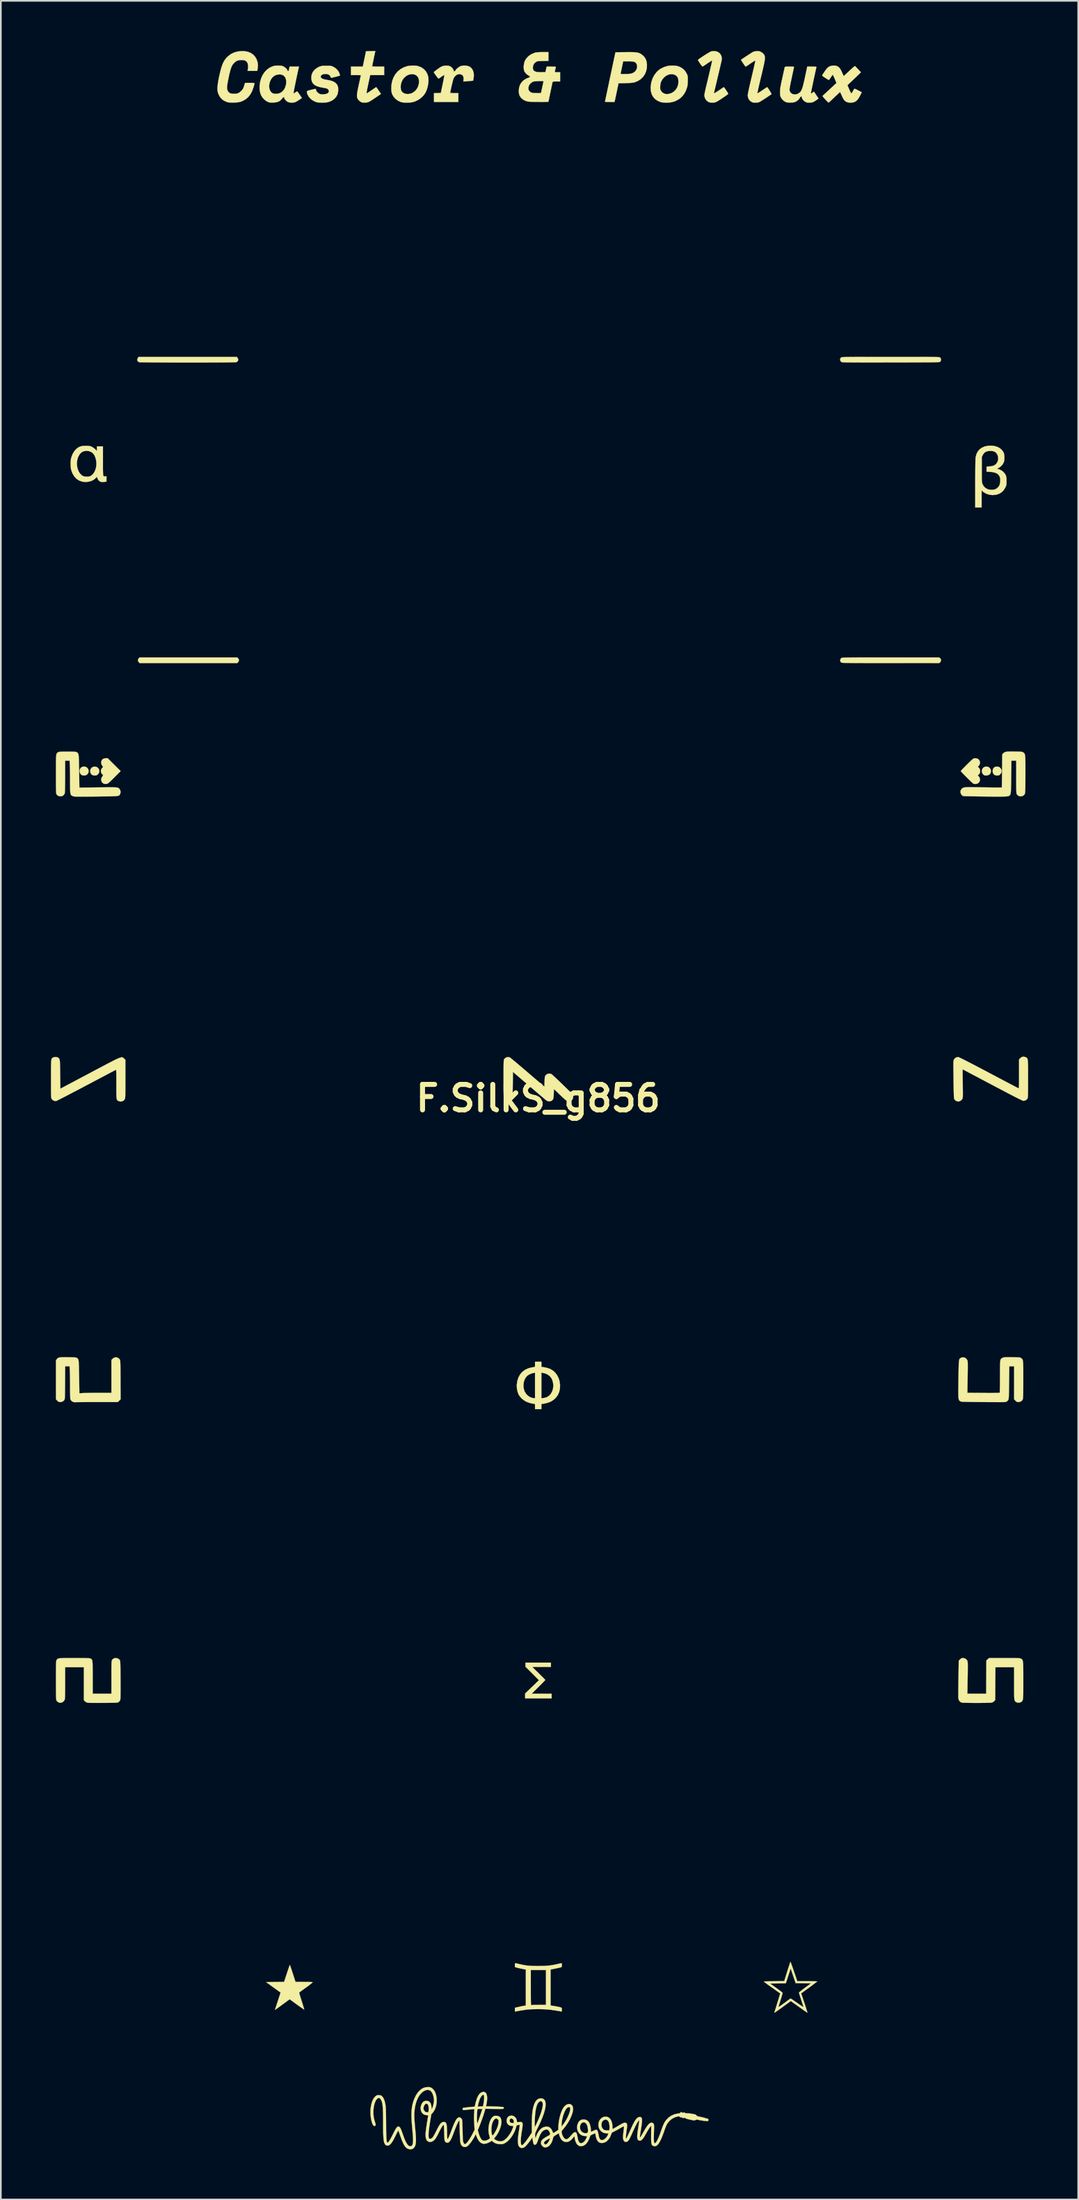
<source format=kicad_pcb>
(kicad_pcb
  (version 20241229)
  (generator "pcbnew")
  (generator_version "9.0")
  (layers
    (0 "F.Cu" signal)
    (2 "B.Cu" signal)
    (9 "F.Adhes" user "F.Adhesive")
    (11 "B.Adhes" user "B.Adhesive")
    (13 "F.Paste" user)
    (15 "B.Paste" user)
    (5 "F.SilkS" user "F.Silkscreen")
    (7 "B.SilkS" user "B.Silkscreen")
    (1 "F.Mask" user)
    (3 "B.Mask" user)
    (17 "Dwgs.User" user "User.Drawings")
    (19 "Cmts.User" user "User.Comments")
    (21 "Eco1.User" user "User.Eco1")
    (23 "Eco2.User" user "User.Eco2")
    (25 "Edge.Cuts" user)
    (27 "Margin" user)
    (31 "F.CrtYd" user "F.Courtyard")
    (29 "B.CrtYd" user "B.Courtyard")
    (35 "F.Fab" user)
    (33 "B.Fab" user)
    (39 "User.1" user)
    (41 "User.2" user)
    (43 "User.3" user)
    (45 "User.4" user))
  (footprint "F.SilkS_g856"
    (layer "F.Cu")
    (at 29.194 62.702)
    (property "Reference" "F.SilkS_g856" (at 0 0 0) (layer "F.SilkS") (effects (font (size 1.524 1.524) (thickness 0.3))))
    (attr through_hole)
    (fp_poly (pts (xy -17.98 -26.343) (xy -17.937 -26.275) (xy -17.928 -26.226) (xy -17.948 -26.151) (xy -17.98 -26.108) (xy -18.032 -26.056) (xy -23.878 -26.056) (xy -23.93 -26.108) (xy -23.973 -26.176) (xy -23.982 -26.226) (xy -23.962 -26.3) (xy -23.93 -26.343) (xy -23.878 -26.395) (xy -18.032 -26.395) (xy -17.98 -26.343)) (stroke (width 0.01) (type solid)) (fill yes) (layer "F.SilkS"))
    (fp_poly (pts (xy -27.093 -19.839) (xy -27.02 -19.789) (xy -26.966 -19.718) (xy -26.937 -19.635) (xy -26.935 -19.546) (xy -26.966 -19.459) (xy -27.031 -19.38) (xy -27.033 -19.379) (xy -27.109 -19.339) (xy -27.203 -19.325) (xy -27.298 -19.336) (xy -27.35 -19.357) (xy -27.423 -19.418) (xy -27.464 -19.505) (xy -27.474 -19.598) (xy -27.456 -19.703) (xy -27.405 -19.786) (xy -27.323 -19.841) (xy -27.287 -19.854) (xy -27.184 -19.863) (xy -27.093 -19.839)) (stroke (width 0.01) (type solid)) (fill yes) (layer "F.SilkS"))
    (fp_poly (pts (xy 26.972 -19.836) (xy 27.049 -19.78) (xy 27.101 -19.701) (xy 27.124 -19.606) (xy 27.114 -19.515) (xy 27.075 -19.426) (xy 27.009 -19.367) (xy 26.914 -19.335) (xy 26.864 -19.33) (xy 26.79 -19.327) (xy 26.741 -19.335) (xy 26.7 -19.357) (xy 26.675 -19.377) (xy 26.61 -19.456) (xy 26.579 -19.547) (xy 26.581 -19.64) (xy 26.612 -19.728) (xy 26.672 -19.801) (xy 26.759 -19.849) (xy 26.776 -19.854) (xy 26.879 -19.863) (xy 26.972 -19.836)) (stroke (width 0.01) (type solid)) (fill yes) (layer "F.SilkS"))
    (fp_poly (pts (xy -26.515 -19.856) (xy -26.432 -19.825) (xy -26.364 -19.771) (xy -26.316 -19.701) (xy -26.292 -19.62) (xy -26.297 -19.534) (xy -26.335 -19.449) (xy -26.383 -19.394) (xy -26.439 -19.349) (xy -26.494 -19.33) (xy -26.559 -19.326) (xy -26.633 -19.333) (xy -26.7 -19.35) (xy -26.717 -19.358) (xy -26.785 -19.417) (xy -26.826 -19.497) (xy -26.839 -19.588) (xy -26.825 -19.679) (xy -26.784 -19.76) (xy -26.716 -19.821) (xy -26.707 -19.825) (xy -26.608 -19.858) (xy -26.515 -19.856)) (stroke (width 0.01) (type solid)) (fill yes) (layer "F.SilkS"))
    (fp_poly (pts (xy 27.596 -19.841) (xy 27.639 -19.819) (xy 27.718 -19.739) (xy 27.758 -19.647) (xy 27.761 -19.55) (xy 27.724 -19.455) (xy 27.676 -19.395) (xy 27.625 -19.351) (xy 27.576 -19.331) (xy 27.507 -19.326) (xy 27.503 -19.326) (xy 27.428 -19.333) (xy 27.361 -19.35) (xy 27.342 -19.358) (xy 27.277 -19.416) (xy 27.237 -19.496) (xy 27.223 -19.588) (xy 27.235 -19.68) (xy 27.272 -19.763) (xy 27.335 -19.826) (xy 27.348 -19.834) (xy 27.423 -19.856) (xy 27.512 -19.858) (xy 27.596 -19.841)) (stroke (width 0.01) (type solid)) (fill yes) (layer "F.SilkS"))
    (fp_poly (pts (xy 0.762 34.036) (xy -0.363 34.036) (xy 0.03 34.419) (xy 0.136 34.523) (xy 0.231 34.618) (xy 0.311 34.698) (xy 0.373 34.762) (xy 0.411 34.804) (xy 0.423 34.819) (xy 0.409 34.838) (xy 0.368 34.882) (xy 0.305 34.948) (xy 0.223 35.032) (xy 0.127 35.129) (xy 0.02 35.236) (xy 0.016 35.24) (xy -0.392 35.644) (xy 0.206 35.644) (xy 0.804 35.645) (xy 0.804 35.92) (xy -0.783 35.92) (xy -0.783 35.629) (xy -0.369 35.231) (xy 0.045 34.833) (xy -0.358 34.429) (xy -0.762 34.025) (xy -0.762 33.782) (xy 0.762 33.782) (xy 0.762 34.036)) (stroke (width 0.01) (type solid)) (fill yes) (layer "F.SilkS"))
    (fp_poly (pts (xy -25.018 -19.591) (xy -25.373 -19.234) (xy -25.476 -19.132) (xy -25.573 -19.038) (xy -25.657 -18.958) (xy -25.725 -18.897) (xy -25.77 -18.858) (xy -25.785 -18.847) (xy -25.868 -18.822) (xy -25.962 -18.822) (xy -26.045 -18.845) (xy -26.059 -18.853) (xy -26.133 -18.921) (xy -26.175 -19.009) (xy -26.182 -19.106) (xy -26.155 -19.205) (xy -26.096 -19.295) (xy -26.072 -19.324) (xy -26.072 -19.347) (xy -26.098 -19.378) (xy -26.119 -19.399) (xy -26.178 -19.482) (xy -26.202 -19.577) (xy -26.189 -19.674) (xy -26.141 -19.761) (xy -26.119 -19.785) (xy -26.081 -19.823) (xy -26.07 -19.847) (xy -26.085 -19.873) (xy -26.096 -19.885) (xy -26.157 -19.973) (xy -26.182 -20.067) (xy -26.183 -20.097) (xy -26.166 -20.203) (xy -26.115 -20.284) (xy -26.034 -20.338) (xy -25.925 -20.361) (xy -25.894 -20.362) (xy -25.794 -20.362) (xy -25.018 -19.591)) (stroke (width 0.01) (type solid)) (fill yes) (layer "F.SilkS"))
    (fp_poly (pts (xy -18.014 -44.331) (xy -17.976 -44.254) (xy -17.976 -44.179) (xy -18.014 -44.115) (xy -18.085 -44.07) (xy -18.114 -44.067) (xy -18.182 -44.064) (xy -18.286 -44.062) (xy -18.424 -44.059) (xy -18.592 -44.057) (xy -18.787 -44.055) (xy -19.007 -44.054) (xy -19.248 -44.052) (xy -19.507 -44.051) (xy -19.781 -44.05) (xy -20.068 -44.049) (xy -20.364 -44.049) (xy -20.666 -44.049) (xy -20.972 -44.048) (xy -21.278 -44.049) (xy -21.581 -44.049) (xy -21.879 -44.05) (xy -22.167 -44.05) (xy -22.444 -44.051) (xy -22.706 -44.053) (xy -22.951 -44.054) (xy -23.175 -44.056) (xy -23.375 -44.058) (xy -23.548 -44.06) (xy -23.692 -44.062) (xy -23.803 -44.065) (xy -23.878 -44.067) (xy -23.914 -44.07) (xy -23.916 -44.071) (xy -23.984 -44.117) (xy -24.019 -44.183) (xy -24.017 -44.258) (xy -23.98 -44.331) (xy -23.936 -44.386) (xy -18.058 -44.386) (xy -18.014 -44.331)) (stroke (width 0.01) (type solid)) (fill yes) (layer "F.SilkS"))
    (fp_poly (pts (xy 24.074 -26.351) (xy 24.115 -26.306) (xy 24.129 -26.247) (xy 24.13 -26.226) (xy 24.121 -26.159) (xy 24.089 -26.112) (xy 24.074 -26.1) (xy 24.018 -26.056) (xy 21.106 -26.057) (xy 20.683 -26.057) (xy 20.301 -26.057) (xy 19.957 -26.058) (xy 19.651 -26.058) (xy 19.379 -26.059) (xy 19.14 -26.06) (xy 18.932 -26.061) (xy 18.754 -26.063) (xy 18.602 -26.065) (xy 18.477 -26.067) (xy 18.375 -26.069) (xy 18.295 -26.071) (xy 18.235 -26.074) (xy 18.193 -26.078) (xy 18.168 -26.081) (xy 18.157 -26.085) (xy 18.106 -26.147) (xy 18.09 -26.221) (xy 18.107 -26.295) (xy 18.158 -26.356) (xy 18.164 -26.361) (xy 18.174 -26.366) (xy 18.19 -26.37) (xy 18.215 -26.374) (xy 18.25 -26.377) (xy 18.297 -26.38) (xy 18.359 -26.383) (xy 18.439 -26.385) (xy 18.536 -26.388) (xy 18.655 -26.389) (xy 18.797 -26.391) (xy 18.964 -26.392) (xy 19.159 -26.393) (xy 19.382 -26.393) (xy 19.637 -26.394) (xy 19.926 -26.394) (xy 20.25 -26.395) (xy 20.612 -26.395) (xy 21.013 -26.395) (xy 21.116 -26.395) (xy 24.018 -26.395) (xy 24.074 -26.351)) (stroke (width 0.01) (type solid)) (fill yes) (layer "F.SilkS"))
    (fp_poly (pts (xy 26.251 -20.355) (xy 26.34 -20.323) (xy 26.355 -20.314) (xy 26.423 -20.245) (xy 26.46 -20.157) (xy 26.466 -20.061) (xy 26.438 -19.969) (xy 26.385 -19.897) (xy 26.351 -19.863) (xy 26.346 -19.842) (xy 26.368 -19.822) (xy 26.374 -19.818) (xy 26.432 -19.755) (xy 26.466 -19.672) (xy 26.477 -19.58) (xy 26.463 -19.49) (xy 26.426 -19.415) (xy 26.371 -19.366) (xy 26.344 -19.349) (xy 26.342 -19.332) (xy 26.367 -19.301) (xy 26.383 -19.285) (xy 26.443 -19.196) (xy 26.468 -19.102) (xy 26.459 -19.01) (xy 26.42 -18.929) (xy 26.354 -18.865) (xy 26.264 -18.826) (xy 26.19 -18.818) (xy 26.124 -18.824) (xy 26.071 -18.839) (xy 26.067 -18.841) (xy 26.038 -18.863) (xy 25.987 -18.909) (xy 25.918 -18.974) (xy 25.836 -19.053) (xy 25.746 -19.141) (xy 25.653 -19.234) (xy 25.562 -19.325) (xy 25.479 -19.41) (xy 25.408 -19.484) (xy 25.354 -19.542) (xy 25.322 -19.579) (xy 25.315 -19.59) (xy 25.33 -19.611) (xy 25.37 -19.656) (xy 25.431 -19.721) (xy 25.507 -19.799) (xy 25.594 -19.887) (xy 25.686 -19.979) (xy 25.779 -20.071) (xy 25.867 -20.156) (xy 25.946 -20.231) (xy 26.01 -20.289) (xy 26.055 -20.328) (xy 26.071 -20.339) (xy 26.155 -20.361) (xy 26.251 -20.355)) (stroke (width 0.01) (type solid)) (fill yes) (layer "F.SilkS"))
    (fp_poly (pts (xy -7.31 -61.817) (xy -7.207 -61.799) (xy -7.026 -61.731) (xy -6.872 -61.631) (xy -6.746 -61.503) (xy -6.652 -61.35) (xy -6.593 -61.174) (xy -6.583 -61.122) (xy -6.572 -60.955) (xy -6.584 -60.769) (xy -6.618 -60.576) (xy -6.671 -60.391) (xy -6.74 -60.227) (xy -6.764 -60.182) (xy -6.88 -60.024) (xy -7.027 -59.883) (xy -7.199 -59.766) (xy -7.386 -59.678) (xy -7.517 -59.638) (xy -7.627 -59.619) (xy -7.757 -59.609) (xy -7.895 -59.606) (xy -8.028 -59.611) (xy -8.144 -59.625) (xy -8.224 -59.643) (xy -8.405 -59.725) (xy -8.554 -59.835) (xy -8.672 -59.972) (xy -8.738 -60.09) (xy -8.766 -60.158) (xy -8.784 -60.226) (xy -8.795 -60.309) (xy -8.801 -60.42) (xy -8.802 -60.424) (xy -8.797 -60.562) (xy -8.24 -60.562) (xy -8.233 -60.449) (xy -8.212 -60.352) (xy -8.194 -60.309) (xy -8.125 -60.223) (xy -8.028 -60.162) (xy -7.912 -60.129) (xy -7.782 -60.123) (xy -7.648 -60.147) (xy -7.543 -60.188) (xy -7.405 -60.278) (xy -7.292 -60.4) (xy -7.207 -60.549) (xy -7.155 -60.72) (xy -7.152 -60.731) (xy -7.139 -60.888) (xy -7.158 -61.025) (xy -7.208 -61.139) (xy -7.288 -61.228) (xy -7.395 -61.286) (xy -7.481 -61.308) (xy -7.631 -61.31) (xy -7.774 -61.274) (xy -7.907 -61.204) (xy -8.024 -61.103) (xy -8.12 -60.977) (xy -8.192 -60.828) (xy -8.231 -60.673) (xy -8.24 -60.562) (xy -8.797 -60.562) (xy -8.793 -60.671) (xy -8.749 -60.903) (xy -8.67 -61.115) (xy -8.561 -61.305) (xy -8.422 -61.471) (xy -8.255 -61.609) (xy -8.063 -61.717) (xy -7.848 -61.791) (xy -7.832 -61.795) (xy -7.715 -61.814) (xy -7.579 -61.824) (xy -7.439 -61.825) (xy -7.31 -61.817)) (stroke (width 0.01) (type solid)) (fill yes) (layer "F.SilkS"))
    (fp_poly (pts (xy 8.202 -61.821) (xy 8.327 -61.801) (xy 8.443 -61.764) (xy 8.526 -61.727) (xy 8.677 -61.63) (xy 8.802 -61.5) (xy 8.897 -61.346) (xy 8.925 -61.284) (xy 8.944 -61.233) (xy 8.955 -61.182) (xy 8.961 -61.119) (xy 8.963 -61.034) (xy 8.963 -60.939) (xy 8.958 -60.769) (xy 8.944 -60.633) (xy 8.924 -60.537) (xy 8.844 -60.311) (xy 8.734 -60.114) (xy 8.595 -59.947) (xy 8.428 -59.811) (xy 8.234 -59.708) (xy 8.052 -59.647) (xy 7.911 -59.621) (xy 7.754 -59.607) (xy 7.595 -59.607) (xy 7.448 -59.619) (xy 7.326 -59.644) (xy 7.319 -59.646) (xy 7.142 -59.723) (xy 6.995 -59.828) (xy 6.88 -59.96) (xy 6.797 -60.117) (xy 6.749 -60.297) (xy 6.735 -60.498) (xy 6.735 -60.502) (xy 7.305 -60.502) (xy 7.308 -60.438) (xy 7.32 -60.388) (xy 7.344 -60.337) (xy 7.35 -60.325) (xy 7.424 -60.229) (xy 7.526 -60.16) (xy 7.646 -60.123) (xy 7.751 -60.12) (xy 7.842 -60.136) (xy 7.941 -60.165) (xy 7.987 -60.183) (xy 8.132 -60.272) (xy 8.248 -60.39) (xy 8.333 -60.534) (xy 8.385 -60.7) (xy 8.399 -60.817) (xy 8.396 -60.971) (xy 8.365 -61.094) (xy 8.305 -61.189) (xy 8.215 -61.258) (xy 8.107 -61.299) (xy 7.97 -61.314) (xy 7.831 -61.292) (xy 7.696 -61.235) (xy 7.571 -61.148) (xy 7.463 -61.033) (xy 7.378 -60.895) (xy 7.372 -60.882) (xy 7.335 -60.778) (xy 7.314 -60.657) (xy 7.309 -60.593) (xy 7.305 -60.502) (xy 6.735 -60.502) (xy 6.739 -60.568) (xy 6.775 -60.818) (xy 6.844 -61.043) (xy 6.948 -61.245) (xy 7.086 -61.427) (xy 7.107 -61.45) (xy 7.19 -61.532) (xy 7.268 -61.595) (xy 7.357 -61.649) (xy 7.439 -61.69) (xy 7.597 -61.758) (xy 7.746 -61.801) (xy 7.902 -61.823) (xy 8.053 -61.827) (xy 8.202 -61.821)) (stroke (width 0.01) (type solid)) (fill yes) (layer "F.SilkS"))
    (fp_poly (pts (xy -14.871 51.899) (xy -14.85 51.953) (xy -14.82 52.037) (xy -14.783 52.145) (xy -14.741 52.272) (xy -14.704 52.388) (xy -14.54 52.895) (xy -14.038 52.896) (xy -13.896 52.897) (xy -13.767 52.898) (xy -13.658 52.901) (xy -13.575 52.905) (xy -13.524 52.909) (xy -13.512 52.912) (xy -13.521 52.928) (xy -13.562 52.967) (xy -13.633 53.024) (xy -13.73 53.099) (xy -13.852 53.189) (xy -13.9 53.224) (xy -14.016 53.307) (xy -14.12 53.382) (xy -14.207 53.446) (xy -14.273 53.495) (xy -14.312 53.526) (xy -14.321 53.534) (xy -14.317 53.557) (xy -14.302 53.614) (xy -14.277 53.701) (xy -14.243 53.811) (xy -14.203 53.939) (xy -14.171 54.041) (xy -14.127 54.178) (xy -14.088 54.302) (xy -14.056 54.407) (xy -14.033 54.487) (xy -14.02 54.537) (xy -14.017 54.55) (xy -14.035 54.543) (xy -14.082 54.513) (xy -14.154 54.465) (xy -14.247 54.4) (xy -14.355 54.323) (xy -14.455 54.251) (xy -14.887 53.935) (xy -14.952 53.981) (xy -14.989 54.007) (xy -15.054 54.054) (xy -15.14 54.117) (xy -15.241 54.191) (xy -15.351 54.271) (xy -15.367 54.283) (xy -15.496 54.377) (xy -15.595 54.449) (xy -15.667 54.501) (xy -15.717 54.535) (xy -15.748 54.555) (xy -15.764 54.563) (xy -15.769 54.56) (xy -15.767 54.551) (xy -15.765 54.545) (xy -15.755 54.516) (xy -15.735 54.454) (xy -15.705 54.365) (xy -15.669 54.255) (xy -15.629 54.132) (xy -15.623 54.113) (xy -15.58 53.983) (xy -15.541 53.861) (xy -15.506 53.755) (xy -15.48 53.674) (xy -15.463 53.623) (xy -15.463 53.621) (xy -15.434 53.533) (xy -15.868 53.219) (xy -16.302 52.906) (xy -15.224 52.895) (xy -15.059 52.387) (xy -15.013 52.249) (xy -14.971 52.125) (xy -14.935 52.021) (xy -14.907 51.942) (xy -14.888 51.893) (xy -14.88 51.88) (xy -14.871 51.899)) (stroke (width 0.01) (type solid)) (fill yes) (layer "F.SilkS"))
    (fp_poly (pts (xy -9.768 -62.649) (xy -9.78 -62.594) (xy -9.798 -62.512) (xy -9.82 -62.411) (xy -9.844 -62.297) (xy -9.868 -62.179) (xy -9.892 -62.064) (xy -9.914 -61.959) (xy -9.931 -61.873) (xy -9.943 -61.812) (xy -9.948 -61.784) (xy -9.948 -61.783) (xy -9.928 -61.777) (xy -9.873 -61.772) (xy -9.789 -61.768) (xy -9.683 -61.765) (xy -9.588 -61.764) (xy -9.229 -61.764) (xy -9.229 -61.256) (xy -10.065 -61.256) (xy -10.183 -60.716) (xy -10.214 -60.57) (xy -10.241 -60.439) (xy -10.262 -60.327) (xy -10.277 -60.241) (xy -10.285 -60.185) (xy -10.285 -60.165) (xy -10.263 -60.173) (xy -10.212 -60.201) (xy -10.139 -60.246) (xy -10.051 -60.304) (xy -9.99 -60.346) (xy -9.896 -60.41) (xy -9.814 -60.466) (xy -9.75 -60.508) (xy -9.712 -60.532) (xy -9.704 -60.537) (xy -9.689 -60.52) (xy -9.656 -60.475) (xy -9.61 -60.409) (xy -9.558 -60.332) (xy -9.422 -60.128) (xy -9.731 -59.917) (xy -9.868 -59.825) (xy -9.976 -59.753) (xy -10.062 -59.7) (xy -10.13 -59.662) (xy -10.188 -59.638) (xy -10.242 -59.623) (xy -10.296 -59.615) (xy -10.357 -59.612) (xy -10.372 -59.611) (xy -10.457 -59.611) (xy -10.532 -59.617) (xy -10.581 -59.627) (xy -10.583 -59.628) (xy -10.685 -59.689) (xy -10.773 -59.774) (xy -10.818 -59.841) (xy -10.839 -59.891) (xy -10.853 -59.947) (xy -10.859 -60.013) (xy -10.856 -60.095) (xy -10.844 -60.197) (xy -10.822 -60.324) (xy -10.791 -60.481) (xy -10.75 -60.674) (xy -10.744 -60.7) (xy -10.712 -60.845) (xy -10.683 -60.975) (xy -10.659 -61.086) (xy -10.641 -61.172) (xy -10.629 -61.227) (xy -10.626 -61.246) (xy -10.646 -61.249) (xy -10.7 -61.253) (xy -10.782 -61.255) (xy -10.884 -61.256) (xy -10.922 -61.256) (xy -11.218 -61.256) (xy -11.218 -61.764) (xy -10.864 -61.764) (xy -10.509 -61.764) (xy -10.317 -62.685) (xy -9.757 -62.697) (xy -9.768 -62.649)) (stroke (width 0.01) (type solid)) (fill yes) (layer "F.SilkS"))
    (fp_poly (pts (xy 21.527 -44.386) (xy 21.897 -44.386) (xy 22.229 -44.386) (xy 22.525 -44.386) (xy 22.788 -44.386) (xy 23.018 -44.385) (xy 23.219 -44.385) (xy 23.392 -44.384) (xy 23.54 -44.383) (xy 23.664 -44.381) (xy 23.767 -44.379) (xy 23.851 -44.377) (xy 23.918 -44.375) (xy 23.97 -44.372) (xy 24.009 -44.369) (xy 24.038 -44.365) (xy 24.058 -44.361) (xy 24.071 -44.356) (xy 24.08 -44.351) (xy 24.087 -44.345) (xy 24.088 -44.344) (xy 24.122 -44.284) (xy 24.131 -44.21) (xy 24.114 -44.138) (xy 24.085 -44.099) (xy 24.078 -44.093) (xy 24.068 -44.088) (xy 24.053 -44.083) (xy 24.032 -44.079) (xy 24.001 -44.076) (xy 23.959 -44.072) (xy 23.903 -44.069) (xy 23.832 -44.067) (xy 23.744 -44.065) (xy 23.636 -44.063) (xy 23.506 -44.061) (xy 23.352 -44.06) (xy 23.172 -44.059) (xy 22.964 -44.058) (xy 22.726 -44.057) (xy 22.456 -44.056) (xy 22.15 -44.055) (xy 21.809 -44.055) (xy 21.428 -44.054) (xy 21.138 -44.053) (xy 20.713 -44.053) (xy 20.328 -44.052) (xy 19.982 -44.052) (xy 19.673 -44.052) (xy 19.398 -44.052) (xy 19.158 -44.053) (xy 18.948 -44.054) (xy 18.768 -44.055) (xy 18.616 -44.057) (xy 18.491 -44.058) (xy 18.389 -44.061) (xy 18.31 -44.063) (xy 18.251 -44.066) (xy 18.211 -44.069) (xy 18.188 -44.073) (xy 18.183 -44.075) (xy 18.121 -44.126) (xy 18.09 -44.194) (xy 18.091 -44.267) (xy 18.127 -44.334) (xy 18.143 -44.349) (xy 18.151 -44.355) (xy 18.163 -44.359) (xy 18.182 -44.364) (xy 18.209 -44.367) (xy 18.246 -44.371) (xy 18.296 -44.374) (xy 18.361 -44.376) (xy 18.443 -44.378) (xy 18.543 -44.38) (xy 18.665 -44.382) (xy 18.81 -44.383) (xy 18.98 -44.384) (xy 19.178 -44.385) (xy 19.404 -44.385) (xy 19.663 -44.386) (xy 19.955 -44.386) (xy 20.283 -44.386) (xy 20.648 -44.386) (xy 21.054 -44.386) (xy 21.116 -44.386) (xy 21.527 -44.386)) (stroke (width 0.01) (type solid)) (fill yes) (layer "F.SilkS"))
    (fp_poly (pts (xy 5.59 -62.629) (xy 5.726 -62.626) (xy 5.836 -62.619) (xy 5.924 -62.608) (xy 5.997 -62.592) (xy 6.059 -62.57) (xy 6.116 -62.543) (xy 6.174 -62.508) (xy 6.177 -62.506) (xy 6.313 -62.397) (xy 6.413 -62.267) (xy 6.479 -62.115) (xy 6.512 -61.936) (xy 6.514 -61.911) (xy 6.51 -61.692) (xy 6.467 -61.49) (xy 6.389 -61.306) (xy 6.277 -61.144) (xy 6.133 -61.007) (xy 5.959 -60.898) (xy 5.757 -60.82) (xy 5.755 -60.819) (xy 5.679 -60.804) (xy 5.568 -60.792) (xy 5.418 -60.782) (xy 5.228 -60.775) (xy 5.226 -60.775) (xy 4.812 -60.765) (xy 4.711 -60.286) (xy 4.681 -60.144) (xy 4.653 -60.012) (xy 4.628 -59.896) (xy 4.608 -59.804) (xy 4.594 -59.743) (xy 4.591 -59.727) (xy 4.57 -59.648) (xy 4.285 -59.648) (xy 4.181 -59.649) (xy 4.094 -59.652) (xy 4.032 -59.656) (xy 4.003 -59.662) (xy 4.002 -59.664) (xy 4.006 -59.686) (xy 4.019 -59.747) (xy 4.038 -59.843) (xy 4.065 -59.97) (xy 4.098 -60.125) (xy 4.136 -60.305) (xy 4.178 -60.506) (xy 4.225 -60.725) (xy 4.274 -60.959) (xy 4.315 -61.151) (xy 4.357 -61.348) (xy 4.936 -61.348) (xy 4.94 -61.335) (xy 4.959 -61.326) (xy 5 -61.322) (xy 5.069 -61.32) (xy 5.173 -61.32) (xy 5.2 -61.32) (xy 5.322 -61.322) (xy 5.436 -61.329) (xy 5.528 -61.338) (xy 5.579 -61.347) (xy 5.702 -61.397) (xy 5.802 -61.474) (xy 5.875 -61.57) (xy 5.918 -61.68) (xy 5.927 -61.796) (xy 5.899 -61.911) (xy 5.893 -61.924) (xy 5.858 -61.981) (xy 5.809 -62.022) (xy 5.741 -62.052) (xy 5.647 -62.07) (xy 5.523 -62.08) (xy 5.385 -62.082) (xy 5.09 -62.082) (xy 5.021 -61.748) (xy 4.997 -61.632) (xy 4.975 -61.526) (xy 4.956 -61.441) (xy 4.944 -61.384) (xy 4.94 -61.367) (xy 4.936 -61.348) (xy 4.357 -61.348) (xy 4.627 -62.622) (xy 5.219 -62.628) (xy 5.423 -62.629) (xy 5.59 -62.629)) (stroke (width 0.01) (type solid)) (fill yes) (layer "F.SilkS"))
    (fp_poly (pts (xy -4.235 -61.807) (xy -4.12 -61.767) (xy -4.094 -61.752) (xy -3.99 -61.663) (xy -3.915 -61.546) (xy -3.869 -61.404) (xy -3.854 -61.242) (xy -3.872 -61.064) (xy -3.873 -61.059) (xy -3.899 -60.922) (xy -4.029 -60.91) (xy -4.12 -60.902) (xy -4.228 -60.892) (xy -4.321 -60.884) (xy -4.484 -60.871) (xy -4.472 -60.996) (xy -4.474 -61.115) (xy -4.504 -61.205) (xy -4.564 -61.268) (xy -4.609 -61.292) (xy -4.715 -61.315) (xy -4.821 -61.3) (xy -4.919 -61.249) (xy -5.004 -61.167) (xy -5.069 -61.057) (xy -5.079 -61.031) (xy -5.095 -60.98) (xy -5.117 -60.899) (xy -5.143 -60.796) (xy -5.171 -60.681) (xy -5.199 -60.562) (xy -5.225 -60.447) (xy -5.246 -60.344) (xy -5.262 -60.263) (xy -5.27 -60.212) (xy -5.27 -60.203) (xy -5.258 -60.191) (xy -5.219 -60.183) (xy -5.147 -60.178) (xy -5.039 -60.177) (xy -5.027 -60.177) (xy -4.784 -60.177) (xy -4.784 -59.648) (xy -6.244 -59.648) (xy -6.244 -60.175) (xy -6.039 -60.181) (xy -5.834 -60.187) (xy -5.723 -60.717) (xy -5.693 -60.861) (xy -5.668 -60.991) (xy -5.647 -61.101) (xy -5.633 -61.187) (xy -5.626 -61.242) (xy -5.626 -61.26) (xy -5.649 -61.255) (xy -5.696 -61.228) (xy -5.761 -61.186) (xy -5.799 -61.159) (xy -5.87 -61.109) (xy -5.928 -61.07) (xy -5.965 -61.048) (xy -5.973 -61.045) (xy -5.992 -61.061) (xy -6.028 -61.103) (xy -6.075 -61.163) (xy -6.126 -61.233) (xy -6.177 -61.302) (xy -6.219 -61.364) (xy -6.247 -61.409) (xy -6.255 -61.427) (xy -6.238 -61.447) (xy -6.195 -61.485) (xy -6.131 -61.536) (xy -6.055 -61.593) (xy -5.974 -61.651) (xy -5.896 -61.704) (xy -5.83 -61.747) (xy -5.789 -61.77) (xy -5.697 -61.802) (xy -5.583 -61.82) (xy -5.463 -61.824) (xy -5.355 -61.812) (xy -5.338 -61.808) (xy -5.251 -61.769) (xy -5.17 -61.705) (xy -5.105 -61.628) (xy -5.07 -61.55) (xy -5.068 -61.543) (xy -5.048 -61.487) (xy -5.019 -61.471) (xy -4.985 -61.497) (xy -4.965 -61.529) (xy -4.912 -61.602) (xy -4.832 -61.677) (xy -4.74 -61.744) (xy -4.648 -61.792) (xy -4.631 -61.798) (xy -4.505 -61.824) (xy -4.368 -61.827) (xy -4.235 -61.807)) (stroke (width 0.01) (type solid)) (fill yes) (layer "F.SilkS"))
    (fp_poly (pts (xy -26.997 -39.061) (xy -26.919 -39.057) (xy -26.86 -39.048) (xy -26.807 -39.031) (xy -26.751 -39.007) (xy -26.666 -38.958) (xy -26.579 -38.894) (xy -26.534 -38.854) (xy -26.437 -38.757) (xy -26.437 -39.031) (xy -26.077 -39.031) (xy -26.077 -38.156) (xy -26.077 -37.932) (xy -26.077 -37.747) (xy -26.076 -37.598) (xy -26.073 -37.48) (xy -26.069 -37.39) (xy -26.062 -37.324) (xy -26.052 -37.279) (xy -26.038 -37.251) (xy -26.021 -37.236) (xy -25.998 -37.231) (xy -25.971 -37.232) (xy -25.94 -37.236) (xy -25.866 -37.245) (xy -25.866 -36.918) (xy -26.003 -36.903) (xy -26.108 -36.896) (xy -26.186 -36.903) (xy -26.248 -36.926) (xy -26.306 -36.967) (xy -26.349 -37.01) (xy -26.382 -37.064) (xy -26.413 -37.141) (xy -26.425 -37.176) (xy -26.436 -37.197) (xy -26.454 -37.191) (xy -26.487 -37.155) (xy -26.49 -37.151) (xy -26.602 -37.05) (xy -26.741 -36.973) (xy -26.9 -36.921) (xy -27.071 -36.898) (xy -27.245 -36.906) (xy -27.337 -36.923) (xy -27.508 -36.987) (xy -27.658 -37.086) (xy -27.786 -37.221) (xy -27.891 -37.389) (xy -27.971 -37.59) (xy -27.974 -37.603) (xy -27.997 -37.712) (xy -28.01 -37.848) (xy -28.014 -37.997) (xy -27.637 -37.997) (xy -27.624 -37.828) (xy -27.587 -37.668) (xy -27.527 -37.522) (xy -27.447 -37.398) (xy -27.349 -37.301) (xy -27.239 -37.239) (xy -27.18 -37.226) (xy -27.098 -37.218) (xy -27.017 -37.217) (xy -26.926 -37.223) (xy -26.861 -37.238) (xy -26.803 -37.265) (xy -26.779 -37.28) (xy -26.67 -37.377) (xy -26.583 -37.504) (xy -26.519 -37.655) (xy -26.48 -37.823) (xy -26.468 -38.002) (xy -26.484 -38.185) (xy -26.518 -38.326) (xy -26.58 -38.482) (xy -26.662 -38.602) (xy -26.765 -38.686) (xy -26.892 -38.739) (xy -26.959 -38.753) (xy -27.117 -38.76) (xy -27.254 -38.73) (xy -27.372 -38.664) (xy -27.471 -38.559) (xy -27.551 -38.417) (xy -27.583 -38.335) (xy -27.624 -38.168) (xy -27.637 -37.997) (xy -28.014 -37.997) (xy -28.014 -37.998) (xy -28.009 -38.146) (xy -27.994 -38.278) (xy -27.974 -38.365) (xy -27.898 -38.563) (xy -27.8 -38.733) (xy -27.681 -38.87) (xy -27.544 -38.972) (xy -27.457 -39.013) (xy -27.391 -39.036) (xy -27.323 -39.051) (xy -27.241 -39.059) (xy -27.133 -39.062) (xy -27.104 -39.062) (xy -26.997 -39.061)) (stroke (width 0.01) (type solid)) (fill yes) (layer "F.SilkS"))
    (fp_poly (pts (xy -17.591 -62.689) (xy -17.399 -62.653) (xy -17.229 -62.586) (xy -17.083 -62.489) (xy -16.963 -62.363) (xy -16.873 -62.211) (xy -16.815 -62.033) (xy -16.803 -61.971) (xy -16.791 -61.851) (xy -16.795 -61.74) (xy -16.805 -61.664) (xy -16.831 -61.51) (xy -17.416 -61.51) (xy -17.395 -61.6) (xy -17.381 -61.7) (xy -17.381 -61.807) (xy -17.394 -61.906) (xy -17.418 -61.985) (xy -17.433 -62.012) (xy -17.489 -62.078) (xy -17.547 -62.121) (xy -17.616 -62.145) (xy -17.709 -62.155) (xy -17.776 -62.156) (xy -17.907 -62.15) (xy -18.01 -62.127) (xy -18.098 -62.084) (xy -18.186 -62.013) (xy -18.227 -61.972) (xy -18.281 -61.911) (xy -18.328 -61.841) (xy -18.371 -61.757) (xy -18.41 -61.654) (xy -18.449 -61.526) (xy -18.489 -61.37) (xy -18.532 -61.179) (xy -18.553 -61.078) (xy -18.59 -60.892) (xy -18.617 -60.741) (xy -18.634 -60.62) (xy -18.641 -60.525) (xy -18.639 -60.448) (xy -18.628 -60.385) (xy -18.608 -60.331) (xy -18.591 -60.3) (xy -18.536 -60.225) (xy -18.47 -60.177) (xy -18.383 -60.149) (xy -18.275 -60.138) (xy -18.137 -60.138) (xy -18.027 -60.155) (xy -17.933 -60.195) (xy -17.843 -60.262) (xy -17.798 -60.304) (xy -17.736 -60.369) (xy -17.694 -60.425) (xy -17.662 -60.488) (xy -17.631 -60.573) (xy -17.621 -60.607) (xy -17.563 -60.791) (xy -17.28 -60.791) (xy -17.162 -60.79) (xy -17.08 -60.787) (xy -17.03 -60.782) (xy -17.004 -60.773) (xy -16.997 -60.761) (xy -17.002 -60.729) (xy -17.018 -60.667) (xy -17.039 -60.586) (xy -17.05 -60.549) (xy -17.131 -60.319) (xy -17.23 -60.125) (xy -17.351 -59.964) (xy -17.496 -59.833) (xy -17.668 -59.728) (xy -17.816 -59.665) (xy -17.914 -59.64) (xy -18.04 -59.622) (xy -18.182 -59.612) (xy -18.328 -59.609) (xy -18.465 -59.614) (xy -18.583 -59.628) (xy -18.651 -59.645) (xy -18.824 -59.722) (xy -18.968 -59.83) (xy -19.081 -59.968) (xy -19.165 -60.136) (xy -19.199 -60.245) (xy -19.216 -60.367) (xy -19.216 -60.524) (xy -19.197 -60.717) (xy -19.161 -60.947) (xy -19.115 -61.172) (xy -19.06 -61.414) (xy -19.007 -61.619) (xy -18.954 -61.792) (xy -18.899 -61.938) (xy -18.84 -62.063) (xy -18.774 -62.171) (xy -18.699 -62.267) (xy -18.614 -62.357) (xy -18.597 -62.373) (xy -18.431 -62.503) (xy -18.249 -62.597) (xy -18.042 -62.66) (xy -18.03 -62.662) (xy -17.802 -62.693) (xy -17.591 -62.689)) (stroke (width 0.01) (type solid)) (fill yes) (layer "F.SilkS"))
    (fp_poly (pts (xy 13.236 -62.687) (xy 13.299 -62.665) (xy 13.342 -62.645) (xy 13.454 -62.571) (xy 13.517 -62.501) (xy 13.542 -62.463) (xy 13.561 -62.423) (xy 13.574 -62.378) (xy 13.581 -62.324) (xy 13.581 -62.258) (xy 13.574 -62.177) (xy 13.559 -62.076) (xy 13.536 -61.953) (xy 13.504 -61.803) (xy 13.463 -61.623) (xy 13.413 -61.409) (xy 13.353 -61.159) (xy 13.347 -61.135) (xy 13.3 -60.941) (xy 13.257 -60.759) (xy 13.219 -60.594) (xy 13.186 -60.45) (xy 13.16 -60.331) (xy 13.141 -60.241) (xy 13.13 -60.184) (xy 13.128 -60.165) (xy 13.149 -60.172) (xy 13.199 -60.199) (xy 13.271 -60.244) (xy 13.359 -60.301) (xy 13.428 -60.348) (xy 13.525 -60.413) (xy 13.608 -60.468) (xy 13.673 -60.509) (xy 13.713 -60.532) (xy 13.723 -60.535) (xy 13.757 -60.49) (xy 13.801 -60.427) (xy 13.848 -60.352) (xy 13.895 -60.276) (xy 13.935 -60.206) (xy 13.965 -60.151) (xy 13.978 -60.12) (xy 13.977 -60.116) (xy 13.885 -60.051) (xy 13.779 -59.98) (xy 13.667 -59.905) (xy 13.555 -59.832) (xy 13.449 -59.764) (xy 13.357 -59.707) (xy 13.284 -59.663) (xy 13.238 -59.638) (xy 13.229 -59.634) (xy 13.159 -59.618) (xy 13.067 -59.61) (xy 12.969 -59.609) (xy 12.883 -59.616) (xy 12.828 -59.629) (xy 12.712 -59.696) (xy 12.625 -59.792) (xy 12.571 -59.912) (xy 12.552 -60.044) (xy 12.557 -60.093) (xy 12.573 -60.181) (xy 12.597 -60.305) (xy 12.631 -60.462) (xy 12.673 -60.651) (xy 12.723 -60.868) (xy 12.781 -61.112) (xy 12.785 -61.13) (xy 12.832 -61.326) (xy 12.875 -61.511) (xy 12.914 -61.678) (xy 12.947 -61.825) (xy 12.974 -61.947) (xy 12.993 -62.041) (xy 13.005 -62.101) (xy 13.007 -62.124) (xy 12.987 -62.119) (xy 12.938 -62.093) (xy 12.867 -62.05) (xy 12.78 -61.993) (xy 12.722 -61.954) (xy 12.627 -61.889) (xy 12.544 -61.834) (xy 12.479 -61.792) (xy 12.438 -61.768) (xy 12.429 -61.764) (xy 12.411 -61.781) (xy 12.377 -61.823) (xy 12.333 -61.885) (xy 12.283 -61.956) (xy 12.235 -62.029) (xy 12.193 -62.095) (xy 12.163 -62.145) (xy 12.151 -62.172) (xy 12.152 -62.174) (xy 12.184 -62.197) (xy 12.244 -62.238) (xy 12.325 -62.292) (xy 12.42 -62.355) (xy 12.521 -62.422) (xy 12.622 -62.487) (xy 12.715 -62.547) (xy 12.792 -62.597) (xy 12.847 -62.631) (xy 12.869 -62.643) (xy 12.93 -62.665) (xy 13.013 -62.682) (xy 13.085 -62.691) (xy 13.171 -62.694) (xy 13.236 -62.687)) (stroke (width 0.01) (type solid)) (fill yes) (layer "F.SilkS"))
    (fp_poly (pts (xy 10.648 -62.683) (xy 10.771 -62.638) (xy 10.872 -62.564) (xy 10.946 -62.463) (xy 10.977 -62.385) (xy 11 -62.264) (xy 10.997 -62.18) (xy 10.99 -62.145) (xy 10.975 -62.075) (xy 10.952 -61.975) (xy 10.923 -61.849) (xy 10.888 -61.702) (xy 10.851 -61.54) (xy 10.81 -61.368) (xy 10.768 -61.191) (xy 10.726 -61.014) (xy 10.686 -60.842) (xy 10.647 -60.681) (xy 10.612 -60.534) (xy 10.582 -60.408) (xy 10.557 -60.308) (xy 10.54 -60.239) (xy 10.531 -60.205) (xy 10.53 -60.204) (xy 10.528 -60.179) (xy 10.544 -60.173) (xy 10.582 -60.187) (xy 10.646 -60.223) (xy 10.738 -60.282) (xy 10.835 -60.347) (xy 10.929 -60.411) (xy 11.012 -60.466) (xy 11.075 -60.508) (xy 11.114 -60.532) (xy 11.122 -60.537) (xy 11.139 -60.52) (xy 11.171 -60.476) (xy 11.215 -60.414) (xy 11.263 -60.342) (xy 11.31 -60.27) (xy 11.35 -60.205) (xy 11.378 -60.157) (xy 11.388 -60.136) (xy 11.371 -60.117) (xy 11.325 -60.081) (xy 11.255 -60.03) (xy 11.169 -59.97) (xy 11.073 -59.904) (xy 10.973 -59.838) (xy 10.876 -59.774) (xy 10.787 -59.719) (xy 10.714 -59.675) (xy 10.663 -59.647) (xy 10.66 -59.646) (xy 10.566 -59.618) (xy 10.453 -59.606) (xy 10.339 -59.611) (xy 10.24 -59.631) (xy 10.2 -59.647) (xy 10.09 -59.729) (xy 10.01 -59.838) (xy 9.968 -59.954) (xy 9.962 -59.981) (xy 9.958 -60.008) (xy 9.957 -60.038) (xy 9.959 -60.075) (xy 9.965 -60.123) (xy 9.976 -60.185) (xy 9.992 -60.265) (xy 10.015 -60.368) (xy 10.044 -60.496) (xy 10.081 -60.654) (xy 10.127 -60.845) (xy 10.181 -61.073) (xy 10.186 -61.093) (xy 10.234 -61.294) (xy 10.278 -61.483) (xy 10.318 -61.655) (xy 10.353 -61.807) (xy 10.382 -61.934) (xy 10.403 -62.033) (xy 10.416 -62.099) (xy 10.421 -62.129) (xy 10.421 -62.13) (xy 10.401 -62.124) (xy 10.353 -62.098) (xy 10.283 -62.055) (xy 10.197 -61.998) (xy 10.149 -61.966) (xy 10.055 -61.901) (xy 9.972 -61.846) (xy 9.906 -61.803) (xy 9.865 -61.777) (xy 9.856 -61.773) (xy 9.831 -61.781) (xy 9.791 -61.822) (xy 9.735 -61.896) (xy 9.696 -61.952) (xy 9.644 -62.032) (xy 9.602 -62.099) (xy 9.575 -62.145) (xy 9.567 -62.163) (xy 9.584 -62.182) (xy 9.632 -62.219) (xy 9.703 -62.269) (xy 9.791 -62.329) (xy 9.89 -62.395) (xy 9.994 -62.462) (xy 10.097 -62.526) (xy 10.192 -62.583) (xy 10.272 -62.629) (xy 10.332 -62.661) (xy 10.361 -62.673) (xy 10.51 -62.695) (xy 10.648 -62.683)) (stroke (width 0.01) (type solid)) (fill yes) (layer "F.SilkS"))
    (fp_poly (pts (xy -28.179 15.498) (xy -28.161 15.498) (xy -28.005 15.501) (xy -27.885 15.504) (xy -27.797 15.508) (xy -27.733 15.513) (xy -27.688 15.521) (xy -27.658 15.531) (xy -27.638 15.542) (xy -27.611 15.56) (xy -27.589 15.578) (xy -27.571 15.601) (xy -27.556 15.632) (xy -27.544 15.675) (xy -27.534 15.733) (xy -27.527 15.81) (xy -27.521 15.91) (xy -27.516 16.037) (xy -27.513 16.194) (xy -27.509 16.385) (xy -27.505 16.614) (xy -27.504 16.678) (xy -27.489 17.659) (xy -27.298 17.645) (xy -27.232 17.642) (xy -27.13 17.639) (xy -26.998 17.637) (xy -26.843 17.635) (xy -26.672 17.633) (xy -26.489 17.632) (xy -26.339 17.632) (xy -25.569 17.632) (xy -25.569 15.659) (xy -25.499 15.589) (xy -25.411 15.527) (xy -25.314 15.503) (xy -25.218 15.517) (xy -25.128 15.569) (xy -25.073 15.628) (xy -25.064 15.642) (xy -25.056 15.658) (xy -25.049 15.68) (xy -25.044 15.711) (xy -25.039 15.755) (xy -25.035 15.815) (xy -25.033 15.895) (xy -25.03 15.998) (xy -25.028 16.127) (xy -25.027 16.286) (xy -25.026 16.479) (xy -25.024 16.709) (xy -25.024 16.852) (xy -25.018 18.016) (xy -25.183 18.182) (xy -26.421 18.182) (xy -26.648 18.182) (xy -26.864 18.183) (xy -27.064 18.184) (xy -27.245 18.184) (xy -27.402 18.186) (xy -27.533 18.187) (xy -27.632 18.189) (xy -27.696 18.19) (xy -27.72 18.192) (xy -27.787 18.192) (xy -27.845 18.182) (xy -27.931 18.138) (xy -27.999 18.07) (xy -28.026 18.02) (xy -28.031 17.987) (xy -28.035 17.916) (xy -28.039 17.815) (xy -28.042 17.687) (xy -28.044 17.539) (xy -28.046 17.376) (xy -28.046 17.276) (xy -28.046 17.094) (xy -28.048 16.911) (xy -28.05 16.737) (xy -28.052 16.579) (xy -28.055 16.444) (xy -28.059 16.341) (xy -28.06 16.314) (xy -28.074 16.044) (xy -28.341 16.044) (xy -28.347 17.023) (xy -28.348 17.253) (xy -28.35 17.444) (xy -28.351 17.601) (xy -28.354 17.727) (xy -28.356 17.825) (xy -28.359 17.9) (xy -28.364 17.956) (xy -28.369 17.996) (xy -28.375 18.025) (xy -28.383 18.045) (xy -28.393 18.061) (xy -28.393 18.062) (xy -28.467 18.135) (xy -28.566 18.175) (xy -28.64 18.182) (xy -28.699 18.177) (xy -28.747 18.155) (xy -28.8 18.11) (xy -28.81 18.1) (xy -28.892 18.018) (xy -28.892 15.691) (xy -28.844 15.619) (xy -28.815 15.581) (xy -28.78 15.551) (xy -28.736 15.528) (xy -28.677 15.513) (xy -28.596 15.503) (xy -28.49 15.498) (xy -28.353 15.496) (xy -28.179 15.498)) (stroke (width 0.01) (type solid)) (fill yes) (layer "F.SilkS"))
    (fp_poly (pts (xy 0.191 15.928) (xy 0.191 16.009) (xy 0.195 16.056) (xy 0.205 16.079) (xy 0.225 16.086) (xy 0.244 16.087) (xy 0.324 16.094) (xy 0.428 16.113) (xy 0.541 16.141) (xy 0.648 16.174) (xy 0.734 16.207) (xy 0.735 16.208) (xy 0.894 16.306) (xy 1.033 16.438) (xy 1.147 16.598) (xy 1.234 16.78) (xy 1.28 16.944) (xy 1.31 17.169) (xy 1.301 17.383) (xy 1.256 17.581) (xy 1.176 17.76) (xy 1.062 17.919) (xy 0.915 18.054) (xy 0.772 18.144) (xy 0.67 18.189) (xy 0.548 18.23) (xy 0.423 18.263) (xy 0.31 18.283) (xy 0.244 18.288) (xy 0.217 18.29) (xy 0.201 18.301) (xy 0.193 18.332) (xy 0.191 18.389) (xy 0.191 18.447) (xy 0.191 18.605) (xy -0.191 18.605) (xy -0.191 18.447) (xy -0.191 18.366) (xy -0.196 18.318) (xy -0.206 18.296) (xy -0.225 18.288) (xy -0.238 18.288) (xy -0.328 18.278) (xy -0.44 18.254) (xy -0.561 18.219) (xy -0.674 18.177) (xy -0.73 18.152) (xy -0.862 18.072) (xy -0.986 17.97) (xy -1 17.955) (xy 0.191 17.955) (xy 0.305 17.943) (xy 0.393 17.928) (xy 0.483 17.902) (xy 0.515 17.89) (xy 0.642 17.811) (xy 0.748 17.7) (xy 0.829 17.563) (xy 0.882 17.407) (xy 0.905 17.235) (xy 0.901 17.107) (xy 0.865 16.921) (xy 0.798 16.764) (xy 0.699 16.636) (xy 0.57 16.537) (xy 0.412 16.467) (xy 0.28 16.437) (xy 0.191 16.422) (xy 0.191 17.955) (xy -1 17.955) (xy -1.093 17.855) (xy -1.17 17.739) (xy -1.174 17.73) (xy -1.238 17.56) (xy -1.276 17.372) (xy -1.285 17.179) (xy -1.285 17.171) (xy -0.884 17.171) (xy -0.873 17.337) (xy -0.833 17.497) (xy -0.806 17.561) (xy -0.727 17.688) (xy -0.622 17.797) (xy -0.499 17.88) (xy -0.368 17.932) (xy -0.259 17.948) (xy -0.191 17.949) (xy -0.191 16.423) (xy -0.27 16.438) (xy -0.416 16.477) (xy -0.552 16.539) (xy -0.653 16.608) (xy -0.749 16.716) (xy -0.821 16.852) (xy -0.866 17.006) (xy -0.884 17.171) (xy -1.285 17.171) (xy -1.283 17.134) (xy -1.249 16.904) (xy -1.181 16.701) (xy -1.082 16.524) (xy -0.953 16.376) (xy -0.793 16.256) (xy -0.604 16.167) (xy -0.432 16.118) (xy -0.351 16.103) (xy -0.281 16.091) (xy -0.238 16.087) (xy -0.214 16.084) (xy -0.2 16.07) (xy -0.193 16.036) (xy -0.191 15.972) (xy -0.191 15.928) (xy -0.191 15.769) (xy 0.191 15.769) (xy 0.191 15.928)) (stroke (width 0.01) (type solid)) (fill yes) (layer "F.SilkS"))
    (fp_poly (pts (xy -15.487 -61.824) (xy -15.378 -61.813) (xy -15.334 -61.804) (xy -15.25 -61.769) (xy -15.163 -61.71) (xy -15.086 -61.638) (xy -15.034 -61.566) (xy -15.029 -61.553) (xy -15 -61.502) (xy -14.974 -61.493) (xy -14.949 -61.526) (xy -14.928 -61.601) (xy -14.922 -61.627) (xy -14.897 -61.764) (xy -14.334 -61.764) (xy -14.361 -61.643) (xy -14.388 -61.523) (xy -14.418 -61.386) (xy -14.451 -61.235) (xy -14.484 -61.076) (xy -14.518 -60.914) (xy -14.55 -60.755) (xy -14.581 -60.605) (xy -14.608 -60.468) (xy -14.63 -60.35) (xy -14.648 -60.257) (xy -14.659 -60.193) (xy -14.662 -60.164) (xy -14.662 -60.163) (xy -14.64 -60.168) (xy -14.595 -60.192) (xy -14.555 -60.217) (xy -14.499 -60.253) (xy -14.457 -60.277) (xy -14.442 -60.282) (xy -14.423 -60.265) (xy -14.384 -60.216) (xy -14.331 -60.142) (xy -14.266 -60.047) (xy -14.196 -59.942) (xy -14.158 -59.883) (xy -14.323 -59.772) (xy -14.406 -59.719) (xy -14.484 -59.673) (xy -14.545 -59.641) (xy -14.563 -59.634) (xy -14.667 -59.611) (xy -14.788 -59.606) (xy -14.905 -59.62) (xy -15.002 -59.65) (xy -15.07 -59.695) (xy -15.134 -59.755) (xy -15.186 -59.822) (xy -15.215 -59.883) (xy -15.219 -59.905) (xy -15.229 -59.939) (xy -15.257 -59.939) (xy -15.3 -59.905) (xy -15.353 -59.841) (xy -15.353 -59.841) (xy -15.441 -59.743) (xy -15.547 -59.675) (xy -15.677 -59.632) (xy -15.837 -59.613) (xy -15.875 -59.612) (xy -15.969 -59.611) (xy -16.053 -59.615) (xy -16.112 -59.621) (xy -16.129 -59.624) (xy -16.274 -59.691) (xy -16.408 -59.793) (xy -16.523 -59.919) (xy -16.609 -60.063) (xy -16.664 -60.229) (xy -16.692 -60.419) (xy -16.691 -60.575) (xy -16.121 -60.575) (xy -16.104 -60.441) (xy -16.061 -60.324) (xy -15.996 -60.231) (xy -15.915 -60.171) (xy -15.82 -60.142) (xy -15.704 -60.134) (xy -15.584 -60.147) (xy -15.474 -60.179) (xy -15.462 -60.184) (xy -15.337 -60.265) (xy -15.235 -60.379) (xy -15.159 -60.521) (xy -15.111 -60.687) (xy -15.097 -60.793) (xy -15.101 -60.947) (xy -15.136 -61.076) (xy -15.2 -61.178) (xy -15.291 -61.25) (xy -15.408 -61.291) (xy -15.5 -61.299) (xy -15.656 -61.279) (xy -15.794 -61.223) (xy -15.911 -61.132) (xy -16.005 -61.008) (xy -16.075 -60.853) (xy -16.11 -60.717) (xy -16.121 -60.575) (xy -16.691 -60.575) (xy -16.69 -60.625) (xy -16.661 -60.839) (xy -16.604 -61.049) (xy -16.519 -61.245) (xy -16.405 -61.42) (xy -16.267 -61.569) (xy -16.11 -61.688) (xy -15.937 -61.773) (xy -15.83 -61.805) (xy -15.731 -61.82) (xy -15.61 -61.826) (xy -15.487 -61.824)) (stroke (width 0.01) (type solid)) (fill yes) (layer "F.SilkS"))
    (fp_poly (pts (xy 27.934 33.507) (xy 28.157 33.507) (xy 28.341 33.507) (xy 28.491 33.508) (xy 28.611 33.509) (xy 28.704 33.512) (xy 28.774 33.515) (xy 28.827 33.519) (xy 28.864 33.524) (xy 28.892 33.531) (xy 28.912 33.539) (xy 28.931 33.55) (xy 28.931 33.55) (xy 28.959 33.567) (xy 28.982 33.585) (xy 29.002 33.606) (xy 29.018 33.635) (xy 29.031 33.675) (xy 29.041 33.729) (xy 29.049 33.801) (xy 29.054 33.893) (xy 29.058 34.01) (xy 29.06 34.155) (xy 29.061 34.332) (xy 29.062 34.543) (xy 29.062 34.792) (xy 29.062 34.845) (xy 29.062 35.1) (xy 29.061 35.316) (xy 29.061 35.497) (xy 29.059 35.646) (xy 29.055 35.767) (xy 29.05 35.863) (xy 29.043 35.937) (xy 29.034 35.994) (xy 29.022 36.037) (xy 29.006 36.068) (xy 28.987 36.093) (xy 28.965 36.113) (xy 28.938 36.133) (xy 28.93 36.139) (xy 28.854 36.172) (xy 28.762 36.18) (xy 28.673 36.163) (xy 28.631 36.142) (xy 28.604 36.124) (xy 28.581 36.106) (xy 28.563 36.083) (xy 28.548 36.053) (xy 28.536 36.011) (xy 28.527 35.954) (xy 28.521 35.878) (xy 28.516 35.779) (xy 28.514 35.653) (xy 28.512 35.498) (xy 28.512 35.308) (xy 28.512 35.081) (xy 28.512 34.057) (xy 27.391 34.057) (xy 27.379 36.023) (xy 27.317 36.088) (xy 27.257 36.136) (xy 27.191 36.17) (xy 27.179 36.174) (xy 27.14 36.179) (xy 27.064 36.183) (xy 26.958 36.186) (xy 26.826 36.189) (xy 26.675 36.191) (xy 26.511 36.192) (xy 26.339 36.193) (xy 26.164 36.193) (xy 25.993 36.192) (xy 25.832 36.19) (xy 25.685 36.188) (xy 25.56 36.185) (xy 25.46 36.181) (xy 25.393 36.176) (xy 25.367 36.172) (xy 25.278 36.126) (xy 25.212 36.048) (xy 25.176 35.947) (xy 25.172 35.921) (xy 25.17 35.88) (xy 25.169 35.8) (xy 25.169 35.687) (xy 25.169 35.545) (xy 25.17 35.38) (xy 25.172 35.194) (xy 25.174 34.993) (xy 25.177 34.781) (xy 25.178 34.741) (xy 25.194 33.666) (xy 25.273 33.586) (xy 25.328 33.537) (xy 25.376 33.514) (xy 25.434 33.507) (xy 25.445 33.507) (xy 25.552 33.525) (xy 25.641 33.576) (xy 25.703 33.654) (xy 25.71 33.67) (xy 25.718 33.693) (xy 25.724 33.724) (xy 25.729 33.766) (xy 25.733 33.823) (xy 25.735 33.899) (xy 25.735 33.999) (xy 25.735 34.125) (xy 25.733 34.282) (xy 25.731 34.474) (xy 25.727 34.697) (xy 25.712 35.645) (xy 26.838 35.645) (xy 26.844 34.648) (xy 26.85 33.652) (xy 27.008 33.507) (xy 27.934 33.507)) (stroke (width 0.01) (type solid)) (fill yes) (layer "F.SilkS"))
    (fp_poly (pts (xy 27.306 -39.057) (xy 27.486 -39.009) (xy 27.642 -38.931) (xy 27.771 -38.824) (xy 27.869 -38.689) (xy 27.879 -38.672) (xy 27.91 -38.582) (xy 27.928 -38.466) (xy 27.932 -38.338) (xy 27.924 -38.212) (xy 27.902 -38.103) (xy 27.885 -38.058) (xy 27.805 -37.923) (xy 27.699 -37.818) (xy 27.606 -37.756) (xy 27.491 -37.691) (xy 27.618 -37.652) (xy 27.753 -37.59) (xy 27.874 -37.496) (xy 27.97 -37.379) (xy 28.006 -37.312) (xy 28.029 -37.256) (xy 28.043 -37.202) (xy 28.052 -37.138) (xy 28.056 -37.052) (xy 28.056 -36.957) (xy 28.056 -36.849) (xy 28.052 -36.772) (xy 28.043 -36.713) (xy 28.028 -36.66) (xy 28.003 -36.603) (xy 27.991 -36.576) (xy 27.894 -36.417) (xy 27.773 -36.291) (xy 27.626 -36.199) (xy 27.451 -36.139) (xy 27.392 -36.128) (xy 27.208 -36.115) (xy 27.025 -36.137) (xy 26.851 -36.192) (xy 26.698 -36.278) (xy 26.639 -36.324) (xy 26.564 -36.39) (xy 26.564 -35.37) (xy 26.183 -35.37) (xy 26.183 -36.804) (xy 26.184 -37.108) (xy 26.185 -37.384) (xy 26.186 -37.631) (xy 26.189 -37.847) (xy 26.192 -38.03) (xy 26.195 -38.177) (xy 26.199 -38.286) (xy 26.203 -38.356) (xy 26.206 -38.375) (xy 26.208 -38.386) (xy 26.575 -38.386) (xy 26.575 -37.634) (xy 26.575 -37.436) (xy 26.575 -37.275) (xy 26.576 -37.147) (xy 26.578 -37.047) (xy 26.581 -36.97) (xy 26.585 -36.911) (xy 26.591 -36.866) (xy 26.6 -36.83) (xy 26.61 -36.798) (xy 26.622 -36.765) (xy 26.624 -36.761) (xy 26.696 -36.635) (xy 26.8 -36.536) (xy 26.925 -36.468) (xy 27.023 -36.442) (xy 27.142 -36.43) (xy 27.261 -36.434) (xy 27.347 -36.449) (xy 27.44 -36.492) (xy 27.531 -36.564) (xy 27.605 -36.652) (xy 27.626 -36.689) (xy 27.658 -36.779) (xy 27.678 -36.894) (xy 27.684 -37.015) (xy 27.674 -37.126) (xy 27.666 -37.164) (xy 27.616 -37.279) (xy 27.535 -37.37) (xy 27.421 -37.437) (xy 27.272 -37.481) (xy 27.089 -37.502) (xy 27.077 -37.503) (xy 26.86 -37.513) (xy 26.86 -37.82) (xy 27.035 -37.829) (xy 27.194 -37.849) (xy 27.32 -37.892) (xy 27.417 -37.961) (xy 27.49 -38.057) (xy 27.501 -38.077) (xy 27.542 -38.18) (xy 27.558 -38.28) (xy 27.559 -38.312) (xy 27.549 -38.416) (xy 27.516 -38.515) (xy 27.501 -38.546) (xy 27.435 -38.644) (xy 27.349 -38.71) (xy 27.239 -38.747) (xy 27.109 -38.759) (xy 26.954 -38.748) (xy 26.83 -38.713) (xy 26.733 -38.65) (xy 26.658 -38.557) (xy 26.63 -38.504) (xy 26.575 -38.386) (xy 26.208 -38.386) (xy 26.254 -38.562) (xy 26.334 -38.722) (xy 26.445 -38.852) (xy 26.585 -38.954) (xy 26.753 -39.025) (xy 26.948 -39.065) (xy 27.105 -39.073) (xy 27.306 -39.057)) (stroke (width 0.01) (type solid)) (fill yes) (layer "F.SilkS"))
    (fp_poly (pts (xy -12.574 -61.816) (xy -12.491 -61.814) (xy -12.429 -61.807) (xy -12.379 -61.796) (xy -12.328 -61.777) (xy -12.281 -61.756) (xy -12.15 -61.677) (xy -12.038 -61.575) (xy -11.951 -61.457) (xy -11.904 -61.348) (xy -11.887 -61.285) (xy -11.878 -61.24) (xy -11.878 -61.226) (xy -11.901 -61.218) (xy -11.955 -61.203) (xy -12.031 -61.182) (xy -12.118 -61.16) (xy -12.209 -61.137) (xy -12.292 -61.116) (xy -12.36 -61.1) (xy -12.402 -61.092) (xy -12.412 -61.091) (xy -12.422 -61.113) (xy -12.443 -61.159) (xy -12.451 -61.176) (xy -12.504 -61.252) (xy -12.585 -61.3) (xy -12.696 -61.322) (xy -12.739 -61.324) (xy -12.851 -61.314) (xy -12.937 -61.285) (xy -12.997 -61.242) (xy -13.028 -61.19) (xy -13.028 -61.135) (xy -12.994 -61.082) (xy -12.925 -61.037) (xy -12.864 -61.015) (xy -12.778 -60.994) (xy -12.69 -60.976) (xy -12.658 -60.971) (xy -12.461 -60.935) (xy -12.301 -60.884) (xy -12.176 -60.817) (xy -12.083 -60.732) (xy -12.018 -60.628) (xy -12.013 -60.617) (xy -11.989 -60.522) (xy -11.98 -60.402) (xy -11.987 -60.275) (xy -12.009 -60.154) (xy -12.026 -60.099) (xy -12.1 -59.959) (xy -12.209 -59.837) (xy -12.347 -59.737) (xy -12.51 -59.663) (xy -12.632 -59.629) (xy -12.718 -59.617) (xy -12.827 -59.61) (xy -12.948 -59.607) (xy -13.068 -59.61) (xy -13.176 -59.617) (xy -13.258 -59.629) (xy -13.282 -59.635) (xy -13.455 -59.708) (xy -13.604 -59.808) (xy -13.724 -59.931) (xy -13.81 -60.072) (xy -13.81 -60.072) (xy -13.839 -60.147) (xy -13.857 -60.215) (xy -13.86 -60.255) (xy -13.855 -60.281) (xy -13.841 -60.3) (xy -13.81 -60.317) (xy -13.757 -60.335) (xy -13.673 -60.358) (xy -13.621 -60.371) (xy -13.503 -60.4) (xy -13.419 -60.419) (xy -13.365 -60.427) (xy -13.333 -60.425) (xy -13.318 -60.413) (xy -13.314 -60.391) (xy -13.314 -60.385) (xy -13.296 -60.32) (xy -13.249 -60.249) (xy -13.182 -60.184) (xy -13.134 -60.152) (xy -13.076 -60.125) (xy -13.014 -60.11) (xy -12.93 -60.105) (xy -12.89 -60.105) (xy -12.759 -60.116) (xy -12.656 -60.145) (xy -12.583 -60.19) (xy -12.544 -60.248) (xy -12.543 -60.318) (xy -12.559 -60.361) (xy -12.587 -60.402) (xy -12.626 -60.434) (xy -12.684 -60.459) (xy -12.768 -60.48) (xy -12.886 -60.501) (xy -12.913 -60.505) (xy -13.115 -60.546) (xy -13.28 -60.602) (xy -13.408 -60.674) (xy -13.5 -60.765) (xy -13.56 -60.875) (xy -13.589 -61.007) (xy -13.592 -61.073) (xy -13.588 -61.161) (xy -13.579 -61.245) (xy -13.569 -61.293) (xy -13.513 -61.425) (xy -13.421 -61.548) (xy -13.299 -61.656) (xy -13.155 -61.742) (xy -13.087 -61.77) (xy -13.026 -61.79) (xy -12.963 -61.804) (xy -12.887 -61.812) (xy -12.788 -61.816) (xy -12.689 -61.816) (xy -12.574 -61.816)) (stroke (width 0.01) (type solid)) (fill yes) (layer "F.SilkS"))
    (fp_poly (pts (xy -1.696 -2.446) (xy -1.67 -2.427) (xy -1.615 -2.383) (xy -1.533 -2.317) (xy -1.428 -2.23) (xy -1.303 -2.125) (xy -1.161 -2.005) (xy -1.003 -1.872) (xy -0.835 -1.729) (xy -0.657 -1.578) (xy -0.634 -1.557) (xy 0.37 -0.699) (xy 0.381 -1.004) (xy 0.386 -1.127) (xy 0.392 -1.216) (xy 0.399 -1.278) (xy 0.41 -1.321) (xy 0.425 -1.352) (xy 0.436 -1.369) (xy 0.51 -1.438) (xy 0.6 -1.476) (xy 0.696 -1.482) (xy 0.787 -1.454) (xy 0.817 -1.434) (xy 0.853 -1.403) (xy 0.914 -1.348) (xy 0.994 -1.273) (xy 1.091 -1.182) (xy 1.2 -1.078) (xy 1.317 -0.966) (xy 1.438 -0.849) (xy 1.559 -0.732) (xy 1.677 -0.618) (xy 1.786 -0.511) (xy 1.883 -0.416) (xy 1.963 -0.335) (xy 2.024 -0.274) (xy 2.06 -0.235) (xy 2.068 -0.225) (xy 2.084 -0.176) (xy 2.094 -0.108) (xy 2.095 -0.081) (xy 2.076 0.022) (xy 2.023 0.104) (xy 1.937 0.16) (xy 1.906 0.171) (xy 1.858 0.183) (xy 1.813 0.185) (xy 1.767 0.174) (xy 1.714 0.148) (xy 1.65 0.104) (xy 1.572 0.039) (xy 1.474 -0.049) (xy 1.353 -0.164) (xy 1.309 -0.206) (xy 0.942 -0.559) (xy 0.931 -0.273) (xy 0.925 -0.138) (xy 0.915 -0.039) (xy 0.898 0.033) (xy 0.873 0.083) (xy 0.837 0.12) (xy 0.786 0.151) (xy 0.771 0.158) (xy 0.67 0.184) (xy 0.569 0.169) (xy 0.48 0.119) (xy 0.452 0.097) (xy 0.395 0.049) (xy 0.312 -0.022) (xy 0.206 -0.112) (xy 0.079 -0.219) (xy -0.064 -0.341) (xy -0.22 -0.475) (xy -0.388 -0.618) (xy -0.55 -0.757) (xy -1.513 -1.582) (xy -1.524 -0.785) (xy -1.527 -0.578) (xy -1.53 -0.41) (xy -1.533 -0.275) (xy -1.536 -0.17) (xy -1.54 -0.09) (xy -1.545 -0.031) (xy -1.551 0.011) (xy -1.558 0.04) (xy -1.567 0.061) (xy -1.573 0.072) (xy -1.642 0.139) (xy -1.733 0.177) (xy -1.837 0.182) (xy -1.873 0.175) (xy -1.919 0.154) (xy -1.966 0.12) (xy -1.989 0.098) (xy -2.009 0.077) (xy -2.025 0.051) (xy -2.038 0.019) (xy -2.049 -0.024) (xy -2.057 -0.081) (xy -2.064 -0.156) (xy -2.068 -0.252) (xy -2.071 -0.373) (xy -2.073 -0.522) (xy -2.074 -0.702) (xy -2.074 -0.918) (xy -2.074 -1.172) (xy -2.074 -1.182) (xy -2.074 -1.428) (xy -2.074 -1.635) (xy -2.074 -1.808) (xy -2.073 -1.948) (xy -2.071 -2.06) (xy -2.069 -2.148) (xy -2.066 -2.214) (xy -2.062 -2.263) (xy -2.057 -2.297) (xy -2.051 -2.322) (xy -2.043 -2.339) (xy -2.034 -2.352) (xy -2.03 -2.358) (xy -1.95 -2.431) (xy -1.858 -2.469) (xy -1.761 -2.469) (xy -1.696 -2.446)) (stroke (width 0.01) (type solid)) (fill yes) (layer "F.SilkS"))
    (fp_poly (pts (xy 17.824 -61.82) (xy 17.883 -61.801) (xy 17.917 -61.786) (xy 17.983 -61.748) (xy 18.039 -61.698) (xy 18.092 -61.629) (xy 18.146 -61.536) (xy 18.207 -61.409) (xy 18.212 -61.396) (xy 18.303 -61.195) (xy 18.629 -61.5) (xy 18.727 -61.591) (xy 18.814 -61.67) (xy 18.888 -61.734) (xy 18.942 -61.778) (xy 18.971 -61.798) (xy 18.975 -61.799) (xy 18.996 -61.782) (xy 19.039 -61.74) (xy 19.098 -61.679) (xy 19.164 -61.608) (xy 19.334 -61.422) (xy 19.155 -61.249) (xy 19.068 -61.165) (xy 18.963 -61.065) (xy 18.854 -60.961) (xy 18.753 -60.865) (xy 18.751 -60.864) (xy 18.526 -60.653) (xy 18.633 -60.404) (xy 18.674 -60.311) (xy 18.712 -60.235) (xy 18.742 -60.183) (xy 18.761 -60.162) (xy 18.762 -60.162) (xy 18.784 -60.183) (xy 18.816 -60.231) (xy 18.85 -60.289) (xy 18.887 -60.356) (xy 18.919 -60.408) (xy 18.937 -60.432) (xy 18.963 -60.435) (xy 19.018 -60.417) (xy 19.103 -60.377) (xy 19.171 -60.342) (xy 19.383 -60.229) (xy 19.289 -60.039) (xy 19.204 -59.885) (xy 19.118 -59.77) (xy 19.028 -59.688) (xy 18.926 -59.636) (xy 18.807 -59.611) (xy 18.716 -59.606) (xy 18.571 -59.617) (xy 18.455 -59.656) (xy 18.36 -59.725) (xy 18.281 -59.83) (xy 18.236 -59.917) (xy 18.197 -60.004) (xy 18.155 -60.095) (xy 18.133 -60.143) (xy 18.085 -60.247) (xy 17.751 -59.932) (xy 17.652 -59.839) (xy 17.563 -59.756) (xy 17.489 -59.688) (xy 17.434 -59.639) (xy 17.404 -59.613) (xy 17.399 -59.61) (xy 17.38 -59.622) (xy 17.337 -59.66) (xy 17.279 -59.718) (xy 17.209 -59.79) (xy 17.2 -59.799) (xy 17.122 -59.885) (xy 17.072 -59.945) (xy 17.045 -59.985) (xy 17.039 -60.01) (xy 17.044 -60.019) (xy 17.072 -60.044) (xy 17.124 -60.093) (xy 17.197 -60.16) (xy 17.283 -60.24) (xy 17.379 -60.329) (xy 17.477 -60.42) (xy 17.573 -60.509) (xy 17.661 -60.59) (xy 17.734 -60.659) (xy 17.789 -60.71) (xy 17.818 -60.737) (xy 17.819 -60.738) (xy 17.868 -60.785) (xy 17.766 -61.031) (xy 17.726 -61.124) (xy 17.691 -61.201) (xy 17.663 -61.255) (xy 17.648 -61.277) (xy 17.647 -61.277) (xy 17.629 -61.261) (xy 17.595 -61.216) (xy 17.552 -61.151) (xy 17.531 -61.119) (xy 17.484 -61.048) (xy 17.445 -60.994) (xy 17.419 -60.964) (xy 17.413 -60.96) (xy 17.389 -60.971) (xy 17.338 -61) (xy 17.267 -61.044) (xy 17.196 -61.089) (xy 17.105 -61.151) (xy 17.043 -61.2) (xy 17.013 -61.232) (xy 17.011 -61.243) (xy 17.074 -61.344) (xy 17.142 -61.447) (xy 17.209 -61.542) (xy 17.268 -61.621) (xy 17.313 -61.673) (xy 17.316 -61.676) (xy 17.399 -61.746) (xy 17.483 -61.79) (xy 17.583 -61.815) (xy 17.667 -61.823) (xy 17.758 -61.826) (xy 17.824 -61.82)) (stroke (width 0.01) (type solid)) (fill yes) (layer "F.SilkS"))
    (fp_poly (pts (xy 1.411 51.793) (xy 1.417 51.842) (xy 1.418 51.889) (xy 1.417 51.956) (xy 1.409 51.992) (xy 1.386 52.012) (xy 1.341 52.026) (xy 1.339 52.027) (xy 1.283 52.041) (xy 1.2 52.06) (xy 1.103 52.081) (xy 1.048 52.092) (xy 0.953 52.112) (xy 0.87 52.129) (xy 0.809 52.141) (xy 0.788 52.146) (xy 0.741 52.155) (xy 0.741 54.308) (xy 0.852 54.323) (xy 0.95 54.337) (xy 1.062 54.358) (xy 1.175 54.38) (xy 1.275 54.402) (xy 1.347 54.421) (xy 1.349 54.422) (xy 1.389 54.437) (xy 1.409 54.458) (xy 1.417 54.497) (xy 1.418 54.561) (xy 1.417 54.628) (xy 1.411 54.661) (xy 1.395 54.67) (xy 1.371 54.665) (xy 1.31 54.652) (xy 1.217 54.635) (xy 1.101 54.616) (xy 0.973 54.596) (xy 0.84 54.578) (xy 0.714 54.561) (xy 0.604 54.549) (xy 0.582 54.547) (xy 0.444 54.537) (xy 0.278 54.531) (xy 0.095 54.527) (xy -0.093 54.527) (xy -0.275 54.529) (xy -0.441 54.535) (xy -0.579 54.544) (xy -0.614 54.547) (xy -0.71 54.558) (xy -0.826 54.574) (xy -0.952 54.593) (xy -1.078 54.613) (xy -1.193 54.633) (xy -1.286 54.651) (xy -1.348 54.665) (xy -1.349 54.665) (xy -1.377 54.67) (xy -1.391 54.658) (xy -1.396 54.621) (xy -1.397 54.561) (xy -1.397 54.444) (xy -1.169 54.391) (xy -1.064 54.367) (xy -0.963 54.346) (xy -0.88 54.33) (xy -0.841 54.323) (xy -0.741 54.309) (xy -0.741 52.183) (xy -0.445 52.183) (xy -0.445 53.24) (xy -0.444 53.48) (xy -0.444 53.681) (xy -0.443 53.846) (xy -0.442 53.979) (xy -0.44 54.082) (xy -0.438 54.161) (xy -0.434 54.216) (xy -0.43 54.253) (xy -0.425 54.275) (xy -0.419 54.284) (xy -0.411 54.284) (xy -0.411 54.284) (xy -0.38 54.28) (xy -0.314 54.277) (xy -0.22 54.274) (xy -0.104 54.272) (xy 0.025 54.271) (xy 0.044 54.271) (xy 0.466 54.271) (xy 0.466 52.183) (xy -0.445 52.183) (xy -0.741 52.183) (xy -0.741 52.155) (xy -0.788 52.146) (xy -0.981 52.109) (xy -1.132 52.076) (xy -1.246 52.049) (xy -1.29 52.037) (xy -1.397 52.005) (xy -1.397 51.887) (xy -1.396 51.82) (xy -1.39 51.786) (xy -1.374 51.776) (xy -1.342 51.78) (xy -1.339 51.781) (xy -1.295 51.79) (xy -1.221 51.807) (xy -1.127 51.828) (xy -1.048 51.846) (xy -0.895 51.878) (xy -0.754 51.903) (xy -0.614 51.921) (xy -0.466 51.933) (xy -0.3 51.94) (xy -0.105 51.943) (xy -0.016 51.943) (xy 0.21 51.941) (xy 0.403 51.935) (xy 0.574 51.924) (xy 0.732 51.906) (xy 0.888 51.882) (xy 1.05 51.849) (xy 1.11 51.836) (xy 1.213 51.813) (xy 1.301 51.794) (xy 1.366 51.78) (xy 1.399 51.774) (xy 1.401 51.774) (xy 1.411 51.793)) (stroke (width 0.01) (type solid)) (fill yes) (layer "F.SilkS"))
    (fp_poly (pts (xy -28.798 -2.455) (xy -28.758 -2.433) (xy -28.732 -2.412) (xy -28.71 -2.391) (xy -28.693 -2.366) (xy -28.679 -2.333) (xy -28.668 -2.287) (xy -28.659 -2.226) (xy -28.653 -2.144) (xy -28.649 -2.038) (xy -28.645 -1.904) (xy -28.642 -1.737) (xy -28.64 -1.533) (xy -28.639 -1.437) (xy -28.628 -0.577) (xy -26.871 -1.508) (xy -26.562 -1.672) (xy -26.288 -1.817) (xy -26.047 -1.944) (xy -25.837 -2.055) (xy -25.655 -2.149) (xy -25.499 -2.229) (xy -25.366 -2.295) (xy -25.256 -2.349) (xy -25.164 -2.39) (xy -25.089 -2.42) (xy -25.028 -2.441) (xy -24.98 -2.452) (xy -24.942 -2.456) (xy -24.911 -2.453) (xy -24.886 -2.443) (xy -24.863 -2.429) (xy -24.842 -2.41) (xy -24.819 -2.389) (xy -24.815 -2.385) (xy -24.733 -2.31) (xy -24.733 -1.16) (xy -24.733 -0.909) (xy -24.734 -0.697) (xy -24.734 -0.519) (xy -24.735 -0.374) (xy -24.737 -0.257) (xy -24.739 -0.165) (xy -24.743 -0.094) (xy -24.747 -0.041) (xy -24.752 -0.002) (xy -24.758 0.026) (xy -24.765 0.046) (xy -24.771 0.058) (xy -24.832 0.129) (xy -24.917 0.175) (xy -25.014 0.191) (xy -25.112 0.175) (xy -25.148 0.159) (xy -25.178 0.142) (xy -25.203 0.125) (xy -25.223 0.104) (xy -25.239 0.075) (xy -25.252 0.033) (xy -25.261 -0.024) (xy -25.267 -0.101) (xy -25.271 -0.203) (xy -25.273 -0.332) (xy -25.274 -0.492) (xy -25.274 -0.688) (xy -25.273 -0.85) (xy -25.273 -1.071) (xy -25.274 -1.254) (xy -25.275 -1.401) (xy -25.277 -1.515) (xy -25.28 -1.599) (xy -25.284 -1.658) (xy -25.289 -1.693) (xy -25.295 -1.708) (xy -25.299 -1.709) (xy -25.321 -1.698) (xy -25.378 -1.668) (xy -25.467 -1.621) (xy -25.586 -1.559) (xy -25.731 -1.483) (xy -25.901 -1.393) (xy -26.092 -1.292) (xy -26.302 -1.182) (xy -26.528 -1.062) (xy -26.768 -0.935) (xy -27.019 -0.803) (xy -27.072 -0.775) (xy -27.325 -0.641) (xy -27.569 -0.513) (xy -27.801 -0.392) (xy -28.017 -0.279) (xy -28.216 -0.175) (xy -28.394 -0.083) (xy -28.549 -0.004) (xy -28.678 0.062) (xy -28.778 0.112) (xy -28.846 0.145) (xy -28.881 0.16) (xy -28.883 0.16) (xy -28.972 0.157) (xy -29.059 0.122) (xy -29.13 0.061) (xy -29.146 0.038) (xy -29.155 0.022) (xy -29.163 0.003) (xy -29.17 -0.022) (xy -29.175 -0.056) (xy -29.179 -0.103) (xy -29.183 -0.167) (xy -29.185 -0.251) (xy -29.187 -0.358) (xy -29.188 -0.492) (xy -29.188 -0.658) (xy -29.189 -0.858) (xy -29.189 -1.095) (xy -29.189 -1.16) (xy -29.189 -1.417) (xy -29.188 -1.636) (xy -29.188 -1.819) (xy -29.186 -1.97) (xy -29.183 -2.092) (xy -29.178 -2.189) (xy -29.171 -2.264) (xy -29.162 -2.32) (xy -29.151 -2.36) (xy -29.137 -2.389) (xy -29.119 -2.41) (xy -29.098 -2.426) (xy -29.072 -2.439) (xy -29.063 -2.444) (xy -28.977 -2.471) (xy -28.883 -2.475) (xy -28.798 -2.455)) (stroke (width 0.01) (type solid)) (fill yes) (layer "F.SilkS"))
    (fp_poly (pts (xy 15.166 -61.764) (xy 15.243 -61.763) (xy 15.29 -61.759) (xy 15.314 -61.752) (xy 15.322 -61.74) (xy 15.321 -61.722) (xy 15.32 -61.717) (xy 15.313 -61.685) (xy 15.299 -61.617) (xy 15.278 -61.518) (xy 15.252 -61.395) (xy 15.222 -61.253) (xy 15.188 -61.097) (xy 15.177 -61.044) (xy 15.135 -60.846) (xy 15.103 -60.686) (xy 15.08 -60.56) (xy 15.064 -60.464) (xy 15.057 -60.396) (xy 15.056 -60.351) (xy 15.058 -60.34) (xy 15.095 -60.243) (xy 15.16 -60.169) (xy 15.247 -60.12) (xy 15.347 -60.099) (xy 15.454 -60.105) (xy 15.561 -60.14) (xy 15.659 -60.205) (xy 15.689 -60.233) (xy 15.727 -60.279) (xy 15.761 -60.334) (xy 15.794 -60.404) (xy 15.827 -60.493) (xy 15.86 -60.604) (xy 15.896 -60.744) (xy 15.936 -60.915) (xy 15.982 -61.124) (xy 15.987 -61.151) (xy 16.118 -61.764) (xy 16.398 -61.764) (xy 16.516 -61.763) (xy 16.598 -61.76) (xy 16.646 -61.754) (xy 16.668 -61.745) (xy 16.669 -61.738) (xy 16.661 -61.706) (xy 16.646 -61.64) (xy 16.624 -61.544) (xy 16.598 -61.425) (xy 16.568 -61.288) (xy 16.536 -61.139) (xy 16.503 -60.984) (xy 16.47 -60.827) (xy 16.438 -60.676) (xy 16.409 -60.536) (xy 16.383 -60.412) (xy 16.363 -60.311) (xy 16.348 -60.237) (xy 16.341 -60.198) (xy 16.341 -60.193) (xy 16.345 -60.164) (xy 16.364 -60.16) (xy 16.403 -60.183) (xy 16.438 -60.209) (xy 16.483 -60.242) (xy 16.512 -60.26) (xy 16.516 -60.261) (xy 16.531 -60.245) (xy 16.564 -60.2) (xy 16.609 -60.133) (xy 16.659 -60.059) (xy 16.793 -59.856) (xy 16.731 -59.807) (xy 16.678 -59.768) (xy 16.607 -59.72) (xy 16.553 -59.686) (xy 16.487 -59.649) (xy 16.43 -59.627) (xy 16.363 -59.616) (xy 16.272 -59.61) (xy 16.267 -59.61) (xy 16.179 -59.608) (xy 16.117 -59.612) (xy 16.066 -59.627) (xy 16.012 -59.653) (xy 15.986 -59.668) (xy 15.899 -59.735) (xy 15.833 -59.816) (xy 15.796 -59.901) (xy 15.79 -59.943) (xy 15.779 -59.979) (xy 15.751 -59.983) (xy 15.717 -59.957) (xy 15.696 -59.925) (xy 15.607 -59.798) (xy 15.487 -59.699) (xy 15.444 -59.674) (xy 15.382 -59.646) (xy 15.321 -59.628) (xy 15.247 -59.618) (xy 15.146 -59.613) (xy 15.134 -59.612) (xy 15 -59.613) (xy 14.901 -59.623) (xy 14.848 -59.638) (xy 14.722 -59.706) (xy 14.615 -59.806) (xy 14.546 -59.909) (xy 14.52 -59.963) (xy 14.503 -60.012) (xy 14.494 -60.068) (xy 14.49 -60.144) (xy 14.489 -60.24) (xy 14.49 -60.312) (xy 14.494 -60.381) (xy 14.502 -60.454) (xy 14.514 -60.538) (xy 14.532 -60.639) (xy 14.557 -60.763) (xy 14.59 -60.918) (xy 14.623 -61.066) (xy 14.657 -61.222) (xy 14.689 -61.366) (xy 14.717 -61.493) (xy 14.74 -61.597) (xy 14.757 -61.672) (xy 14.766 -61.713) (xy 14.767 -61.717) (xy 14.774 -61.736) (xy 14.787 -61.749) (xy 14.813 -61.758) (xy 14.86 -61.762) (xy 14.935 -61.764) (xy 15.045 -61.764) (xy 15.054 -61.764) (xy 15.166 -61.764)) (stroke (width 0.01) (type solid)) (fill yes) (layer "F.SilkS"))
    (fp_poly (pts (xy 28.544 -20.761) (xy 28.695 -20.758) (xy 28.809 -20.755) (xy 28.893 -20.752) (xy 28.953 -20.746) (xy 28.995 -20.739) (xy 29.024 -20.729) (xy 29.048 -20.715) (xy 29.055 -20.71) (xy 29.084 -20.689) (xy 29.108 -20.669) (xy 29.128 -20.645) (xy 29.144 -20.616) (xy 29.158 -20.577) (xy 29.168 -20.524) (xy 29.176 -20.455) (xy 29.181 -20.365) (xy 29.185 -20.252) (xy 29.187 -20.111) (xy 29.188 -19.939) (xy 29.188 -19.732) (xy 29.188 -19.488) (xy 29.188 -19.42) (xy 29.187 -19.149) (xy 29.186 -18.917) (xy 29.184 -18.724) (xy 29.181 -18.566) (xy 29.178 -18.442) (xy 29.173 -18.349) (xy 29.168 -18.286) (xy 29.162 -18.25) (xy 29.161 -18.246) (xy 29.113 -18.165) (xy 29.041 -18.11) (xy 28.954 -18.082) (xy 28.862 -18.081) (xy 28.774 -18.109) (xy 28.701 -18.166) (xy 28.673 -18.204) (xy 28.665 -18.222) (xy 28.658 -18.247) (xy 28.653 -18.283) (xy 28.648 -18.334) (xy 28.645 -18.404) (xy 28.642 -18.496) (xy 28.64 -18.615) (xy 28.639 -18.764) (xy 28.639 -18.946) (xy 28.639 -19.165) (xy 28.639 -19.238) (xy 28.639 -20.214) (xy 28.349 -20.214) (xy 28.337 -19.243) (xy 28.334 -19.004) (xy 28.331 -18.804) (xy 28.327 -18.639) (xy 28.323 -18.505) (xy 28.318 -18.398) (xy 28.311 -18.315) (xy 28.301 -18.252) (xy 28.289 -18.206) (xy 28.275 -18.172) (xy 28.256 -18.146) (xy 28.234 -18.126) (xy 28.207 -18.108) (xy 28.2 -18.103) (xy 28.179 -18.094) (xy 28.147 -18.085) (xy 28.1 -18.079) (xy 28.036 -18.073) (xy 27.952 -18.069) (xy 27.846 -18.066) (xy 27.715 -18.064) (xy 27.557 -18.064) (xy 27.369 -18.064) (xy 27.149 -18.065) (xy 26.893 -18.068) (xy 26.6 -18.071) (xy 26.318 -18.075) (xy 26.102 -18.078) (xy 25.926 -18.081) (xy 25.783 -18.084) (xy 25.671 -18.087) (xy 25.584 -18.09) (xy 25.521 -18.094) (xy 25.475 -18.099) (xy 25.444 -18.106) (xy 25.423 -18.113) (xy 25.408 -18.123) (xy 25.4 -18.129) (xy 25.331 -18.215) (xy 25.299 -18.309) (xy 25.302 -18.403) (xy 25.339 -18.49) (xy 25.409 -18.561) (xy 25.461 -18.59) (xy 25.483 -18.599) (xy 25.506 -18.607) (xy 25.535 -18.613) (xy 25.572 -18.618) (xy 25.621 -18.622) (xy 25.686 -18.624) (xy 25.77 -18.625) (xy 25.878 -18.626) (xy 26.013 -18.625) (xy 26.179 -18.623) (xy 26.378 -18.62) (xy 26.616 -18.617) (xy 26.663 -18.617) (xy 26.876 -18.614) (xy 27.075 -18.611) (xy 27.256 -18.609) (xy 27.417 -18.608) (xy 27.553 -18.607) (xy 27.66 -18.607) (xy 27.734 -18.607) (xy 27.771 -18.608) (xy 27.775 -18.608) (xy 27.776 -18.631) (xy 27.777 -18.691) (xy 27.779 -18.785) (xy 27.781 -18.909) (xy 27.784 -19.058) (xy 27.786 -19.229) (xy 27.788 -19.417) (xy 27.791 -19.604) (xy 27.802 -20.592) (xy 27.865 -20.658) (xy 27.902 -20.692) (xy 27.943 -20.718) (xy 27.995 -20.737) (xy 28.062 -20.75) (xy 28.151 -20.758) (xy 28.267 -20.762) (xy 28.415 -20.762) (xy 28.544 -20.761)) (stroke (width 0.01) (type solid)) (fill yes) (layer "F.SilkS"))
    (fp_poly (pts (xy -28.043 -20.754) (xy -27.919 -20.753) (xy -27.825 -20.751) (xy -27.758 -20.747) (xy -27.71 -20.741) (xy -27.676 -20.733) (xy -27.652 -20.723) (xy -27.637 -20.714) (xy -27.611 -20.695) (xy -27.589 -20.677) (xy -27.571 -20.654) (xy -27.556 -20.623) (xy -27.544 -20.581) (xy -27.534 -20.523) (xy -27.527 -20.447) (xy -27.521 -20.347) (xy -27.516 -20.221) (xy -27.513 -20.065) (xy -27.509 -19.876) (xy -27.505 -19.648) (xy -27.504 -19.581) (xy -27.489 -18.601) (xy -26.376 -18.614) (xy -26.116 -18.617) (xy -25.895 -18.619) (xy -25.711 -18.62) (xy -25.56 -18.62) (xy -25.439 -18.618) (xy -25.345 -18.616) (xy -25.275 -18.613) (xy -25.226 -18.608) (xy -25.195 -18.602) (xy -25.189 -18.6) (xy -25.11 -18.551) (xy -25.053 -18.474) (xy -25.023 -18.383) (xy -25.024 -18.286) (xy -25.054 -18.204) (xy -25.068 -18.18) (xy -25.082 -18.159) (xy -25.099 -18.141) (xy -25.122 -18.127) (xy -25.154 -18.114) (xy -25.199 -18.104) (xy -25.259 -18.096) (xy -25.339 -18.09) (xy -25.44 -18.085) (xy -25.567 -18.081) (xy -25.721 -18.078) (xy -25.908 -18.075) (xy -26.129 -18.073) (xy -26.388 -18.07) (xy -26.501 -18.069) (xy -26.768 -18.066) (xy -26.997 -18.064) (xy -27.19 -18.063) (xy -27.351 -18.062) (xy -27.483 -18.062) (xy -27.589 -18.063) (xy -27.672 -18.064) (xy -27.737 -18.067) (xy -27.786 -18.07) (xy -27.822 -18.075) (xy -27.85 -18.081) (xy -27.871 -18.088) (xy -27.889 -18.095) (xy -27.929 -18.114) (xy -27.961 -18.135) (xy -27.987 -18.162) (xy -28.007 -18.199) (xy -28.022 -18.25) (xy -28.032 -18.32) (xy -28.039 -18.413) (xy -28.043 -18.533) (xy -28.045 -18.685) (xy -28.046 -18.873) (xy -28.046 -18.979) (xy -28.046 -19.162) (xy -28.048 -19.344) (xy -28.05 -19.519) (xy -28.052 -19.678) (xy -28.055 -19.813) (xy -28.058 -19.916) (xy -28.06 -19.944) (xy -28.074 -20.214) (xy -28.342 -20.214) (xy -28.343 -19.267) (xy -28.344 -19.013) (xy -28.346 -18.799) (xy -28.348 -18.623) (xy -28.351 -18.483) (xy -28.356 -18.376) (xy -28.361 -18.302) (xy -28.367 -18.256) (xy -28.37 -18.246) (xy -28.418 -18.165) (xy -28.49 -18.11) (xy -28.577 -18.082) (xy -28.669 -18.081) (xy -28.757 -18.109) (xy -28.83 -18.166) (xy -28.858 -18.204) (xy -28.865 -18.221) (xy -28.872 -18.244) (xy -28.877 -18.278) (xy -28.882 -18.326) (xy -28.885 -18.391) (xy -28.888 -18.477) (xy -28.89 -18.588) (xy -28.891 -18.726) (xy -28.892 -18.895) (xy -28.892 -19.099) (xy -28.892 -19.341) (xy -28.892 -19.409) (xy -28.892 -19.667) (xy -28.892 -19.886) (xy -28.891 -20.069) (xy -28.89 -20.221) (xy -28.887 -20.344) (xy -28.883 -20.441) (xy -28.876 -20.517) (xy -28.868 -20.575) (xy -28.857 -20.617) (xy -28.844 -20.648) (xy -28.827 -20.671) (xy -28.807 -20.689) (xy -28.784 -20.706) (xy -28.772 -20.714) (xy -28.75 -20.726) (xy -28.723 -20.736) (xy -28.685 -20.743) (xy -28.632 -20.748) (xy -28.556 -20.751) (xy -28.453 -20.753) (xy -28.317 -20.754) (xy -28.205 -20.754) (xy -28.043 -20.754)) (stroke (width 0.01) (type solid)) (fill yes) (layer "F.SilkS"))
    (fp_poly (pts (xy -27.567 33.507) (xy -27.379 33.508) (xy -27.226 33.509) (xy -27.105 33.511) (xy -27.01 33.514) (xy -26.938 33.517) (xy -26.886 33.522) (xy -26.85 33.528) (xy -26.825 33.535) (xy -26.817 33.539) (xy -26.789 33.554) (xy -26.765 33.57) (xy -26.746 33.591) (xy -26.73 33.62) (xy -26.718 33.661) (xy -26.708 33.717) (xy -26.701 33.792) (xy -26.697 33.891) (xy -26.694 34.016) (xy -26.692 34.171) (xy -26.691 34.359) (xy -26.691 34.586) (xy -26.691 34.67) (xy -26.691 35.645) (xy -25.569 35.645) (xy -25.569 34.67) (xy -25.569 34.436) (xy -25.569 34.241) (xy -25.567 34.081) (xy -25.566 33.952) (xy -25.563 33.851) (xy -25.56 33.773) (xy -25.555 33.716) (xy -25.55 33.676) (xy -25.543 33.648) (xy -25.537 33.633) (xy -25.48 33.563) (xy -25.4 33.521) (xy -25.309 33.507) (xy -25.216 33.521) (xy -25.131 33.564) (xy -25.07 33.627) (xy -25.061 33.642) (xy -25.054 33.661) (xy -25.047 33.687) (xy -25.042 33.724) (xy -25.038 33.775) (xy -25.035 33.844) (xy -25.032 33.934) (xy -25.03 34.049) (xy -25.028 34.192) (xy -25.026 34.368) (xy -25.025 34.578) (xy -25.023 34.827) (xy -25.023 34.829) (xy -25.022 35.101) (xy -25.022 35.334) (xy -25.022 35.528) (xy -25.024 35.688) (xy -25.026 35.814) (xy -25.029 35.91) (xy -25.033 35.977) (xy -25.039 36.018) (xy -25.042 36.03) (xy -25.077 36.084) (xy -25.128 36.133) (xy -25.133 36.137) (xy -25.15 36.149) (xy -25.169 36.159) (xy -25.194 36.167) (xy -25.228 36.173) (xy -25.276 36.178) (xy -25.342 36.181) (xy -25.43 36.184) (xy -25.545 36.186) (xy -25.691 36.188) (xy -25.871 36.19) (xy -26.046 36.191) (xy -26.235 36.192) (xy -26.414 36.192) (xy -26.578 36.192) (xy -26.722 36.191) (xy -26.84 36.19) (xy -26.928 36.187) (xy -26.979 36.185) (xy -26.986 36.184) (xy -27.078 36.155) (xy -27.15 36.1) (xy -27.22 36.03) (xy -27.22 34.057) (xy -28.342 34.057) (xy -28.342 35.004) (xy -28.342 35.231) (xy -28.343 35.42) (xy -28.344 35.574) (xy -28.345 35.698) (xy -28.348 35.795) (xy -28.351 35.869) (xy -28.355 35.924) (xy -28.36 35.964) (xy -28.367 35.994) (xy -28.375 36.016) (xy -28.379 36.024) (xy -28.441 36.107) (xy -28.525 36.163) (xy -28.619 36.186) (xy -28.691 36.18) (xy -28.778 36.138) (xy -28.847 36.07) (xy -28.862 36.045) (xy -28.869 36.026) (xy -28.874 35.995) (xy -28.879 35.95) (xy -28.883 35.887) (xy -28.886 35.803) (xy -28.889 35.694) (xy -28.89 35.557) (xy -28.892 35.389) (xy -28.892 35.187) (xy -28.892 34.947) (xy -28.892 34.839) (xy -28.892 34.587) (xy -28.892 34.374) (xy -28.891 34.196) (xy -28.89 34.051) (xy -28.888 33.933) (xy -28.886 33.841) (xy -28.883 33.771) (xy -28.878 33.719) (xy -28.873 33.682) (xy -28.867 33.656) (xy -28.86 33.638) (xy -28.858 33.635) (xy -28.84 33.605) (xy -28.822 33.58) (xy -28.8 33.56) (xy -28.77 33.544) (xy -28.729 33.532) (xy -28.672 33.522) (xy -28.596 33.516) (xy -28.496 33.511) (xy -28.37 33.509) (xy -28.213 33.507) (xy -28.021 33.507) (xy -27.793 33.507) (xy -27.567 33.507)) (stroke (width 0.01) (type solid)) (fill yes) (layer "F.SilkS"))
    (fp_poly (pts (xy 29.163 -2.48) (xy 29.197 -2.465) (xy 29.229 -2.45) (xy 29.256 -2.436) (xy 29.279 -2.418) (xy 29.297 -2.393) (xy 29.312 -2.359) (xy 29.323 -2.311) (xy 29.332 -2.247) (xy 29.339 -2.163) (xy 29.343 -2.054) (xy 29.346 -1.92) (xy 29.347 -1.754) (xy 29.348 -1.555) (xy 29.348 -1.319) (xy 29.348 -1.175) (xy 29.347 -0.927) (xy 29.347 -0.717) (xy 29.346 -0.543) (xy 29.345 -0.401) (xy 29.344 -0.287) (xy 29.341 -0.197) (xy 29.338 -0.128) (xy 29.334 -0.077) (xy 29.329 -0.04) (xy 29.322 -0.013) (xy 29.315 0.007) (xy 29.31 0.016) (xy 29.246 0.091) (xy 29.156 0.136) (xy 29.073 0.148) (xy 29.052 0.144) (xy 29.015 0.131) (xy 28.962 0.108) (xy 28.89 0.075) (xy 28.796 0.029) (xy 28.68 -0.029) (xy 28.539 -0.1) (xy 28.372 -0.187) (xy 28.175 -0.289) (xy 27.949 -0.407) (xy 27.69 -0.544) (xy 27.396 -0.698) (xy 27.216 -0.794) (xy 26.961 -0.928) (xy 26.717 -1.057) (xy 26.487 -1.179) (xy 26.272 -1.293) (xy 26.075 -1.396) (xy 25.9 -1.488) (xy 25.749 -1.568) (xy 25.623 -1.634) (xy 25.527 -1.685) (xy 25.462 -1.719) (xy 25.431 -1.735) (xy 25.428 -1.736) (xy 25.427 -1.715) (xy 25.427 -1.657) (xy 25.427 -1.565) (xy 25.428 -1.445) (xy 25.429 -1.3) (xy 25.431 -1.135) (xy 25.433 -0.954) (xy 25.434 -0.884) (xy 25.437 -0.671) (xy 25.439 -0.496) (xy 25.44 -0.355) (xy 25.44 -0.244) (xy 25.439 -0.159) (xy 25.437 -0.095) (xy 25.433 -0.048) (xy 25.427 -0.014) (xy 25.42 0.011) (xy 25.411 0.032) (xy 25.406 0.041) (xy 25.349 0.109) (xy 25.272 0.162) (xy 25.191 0.188) (xy 25.167 0.19) (xy 25.11 0.18) (xy 25.047 0.16) (xy 25.046 0.159) (xy 24.986 0.119) (xy 24.938 0.065) (xy 24.938 0.064) (xy 24.929 0.048) (xy 24.922 0.026) (xy 24.915 -0.003) (xy 24.91 -0.044) (xy 24.905 -0.1) (xy 24.901 -0.175) (xy 24.898 -0.272) (xy 24.895 -0.395) (xy 24.892 -0.548) (xy 24.889 -0.733) (xy 24.885 -0.955) (xy 24.883 -1.123) (xy 24.88 -1.37) (xy 24.877 -1.579) (xy 24.875 -1.752) (xy 24.874 -1.893) (xy 24.874 -2.007) (xy 24.875 -2.096) (xy 24.878 -2.165) (xy 24.881 -2.216) (xy 24.885 -2.254) (xy 24.891 -2.282) (xy 24.898 -2.303) (xy 24.907 -2.321) (xy 24.907 -2.322) (xy 24.97 -2.402) (xy 25.053 -2.454) (xy 25.148 -2.471) (xy 25.171 -2.469) (xy 25.204 -2.458) (xy 25.272 -2.426) (xy 25.376 -2.376) (xy 25.513 -2.308) (xy 25.682 -2.222) (xy 25.881 -2.12) (xy 26.11 -2.001) (xy 26.368 -1.866) (xy 26.652 -1.717) (xy 26.962 -1.554) (xy 26.991 -1.538) (xy 27.244 -1.405) (xy 27.486 -1.276) (xy 27.716 -1.155) (xy 27.93 -1.042) (xy 28.126 -0.939) (xy 28.301 -0.847) (xy 28.452 -0.768) (xy 28.578 -0.702) (xy 28.674 -0.652) (xy 28.739 -0.618) (xy 28.769 -0.603) (xy 28.771 -0.602) (xy 28.78 -0.601) (xy 28.787 -0.606) (xy 28.793 -0.623) (xy 28.798 -0.654) (xy 28.802 -0.704) (xy 28.804 -0.775) (xy 28.806 -0.873) (xy 28.807 -0.999) (xy 28.808 -1.159) (xy 28.808 -1.356) (xy 28.808 -1.459) (xy 28.808 -2.329) (xy 28.877 -2.404) (xy 28.962 -2.469) (xy 29.059 -2.495) (xy 29.163 -2.48)) (stroke (width 0.01) (type solid)) (fill yes) (layer "F.SilkS"))
    (fp_poly (pts (xy 0.614 -62.107) (xy 0.277 -62.1) (xy 0.15 -62.097) (xy 0.058 -62.093) (xy -0.007 -62.088) (xy -0.053 -62.08) (xy -0.088 -62.068) (xy -0.12 -62.05) (xy -0.152 -62.029) (xy -0.245 -61.941) (xy -0.301 -61.834) (xy -0.321 -61.705) (xy -0.321 -61.7) (xy -0.31 -61.608) (xy -0.274 -61.536) (xy -0.21 -61.485) (xy -0.115 -61.45) (xy 0.014 -61.433) (xy 0.181 -61.429) (xy 0.2 -61.43) (xy 0.432 -61.436) (xy 0.451 -61.521) (xy 0.469 -61.6) (xy 0.488 -61.679) (xy 0.49 -61.685) (xy 0.51 -61.764) (xy 0.784 -61.764) (xy 0.886 -61.763) (xy 0.971 -61.76) (xy 1.03 -61.755) (xy 1.057 -61.75) (xy 1.058 -61.748) (xy 1.053 -61.721) (xy 1.04 -61.665) (xy 1.026 -61.606) (xy 1.006 -61.519) (xy 0.999 -61.466) (xy 1.013 -61.438) (xy 1.052 -61.427) (xy 1.122 -61.426) (xy 1.154 -61.426) (xy 1.312 -61.426) (xy 1.312 -60.875) (xy 1.09 -60.875) (xy 0.991 -60.875) (xy 0.927 -60.872) (xy 0.889 -60.866) (xy 0.869 -60.855) (xy 0.86 -60.836) (xy 0.858 -60.828) (xy 0.847 -60.778) (xy 0.829 -60.698) (xy 0.807 -60.594) (xy 0.781 -60.473) (xy 0.754 -60.341) (xy 0.725 -60.206) (xy 0.697 -60.072) (xy 0.671 -59.947) (xy 0.649 -59.838) (xy 0.631 -59.749) (xy 0.619 -59.689) (xy 0.614 -59.664) (xy 0.614 -59.664) (xy 0.594 -59.659) (xy 0.538 -59.655) (xy 0.452 -59.652) (xy 0.343 -59.651) (xy 0.218 -59.65) (xy 0.082 -59.65) (xy -0.058 -59.652) (xy -0.195 -59.653) (xy -0.323 -59.656) (xy -0.437 -59.66) (xy -0.528 -59.664) (xy -0.592 -59.669) (xy -0.608 -59.671) (xy -0.764 -59.714) (xy -0.903 -59.787) (xy -1.017 -59.883) (xy -1.101 -59.999) (xy -1.134 -60.074) (xy -1.16 -60.203) (xy -1.163 -60.35) (xy -1.147 -60.476) (xy -0.592 -60.476) (xy -0.574 -60.369) (xy -0.521 -60.284) (xy -0.433 -60.221) (xy -0.349 -60.192) (xy -0.312 -60.188) (xy -0.248 -60.184) (xy -0.165 -60.181) (xy -0.075 -60.18) (xy 0.013 -60.179) (xy 0.09 -60.18) (xy 0.145 -60.182) (xy 0.169 -60.186) (xy 0.169 -60.186) (xy 0.174 -60.209) (xy 0.185 -60.266) (xy 0.203 -60.35) (xy 0.226 -60.455) (xy 0.243 -60.537) (xy 0.268 -60.651) (xy 0.289 -60.75) (xy 0.306 -60.827) (xy 0.315 -60.875) (xy 0.318 -60.887) (xy 0.298 -60.893) (xy 0.245 -60.896) (xy 0.168 -60.898) (xy 0.077 -60.897) (xy -0.02 -60.894) (xy -0.114 -60.889) (xy -0.196 -60.884) (xy -0.255 -60.877) (xy -0.277 -60.872) (xy -0.385 -60.821) (xy -0.477 -60.741) (xy -0.547 -60.642) (xy -0.586 -60.533) (xy -0.592 -60.476) (xy -1.147 -60.476) (xy -1.144 -60.5) (xy -1.105 -60.637) (xy -1.09 -60.673) (xy -0.995 -60.826) (xy -0.868 -60.951) (xy -0.714 -61.047) (xy -0.582 -61.098) (xy -0.517 -61.126) (xy -0.494 -61.157) (xy -0.513 -61.191) (xy -0.559 -61.22) (xy -0.658 -61.282) (xy -0.748 -61.364) (xy -0.816 -61.455) (xy -0.837 -61.5) (xy -0.861 -61.602) (xy -0.869 -61.728) (xy -0.861 -61.864) (xy -0.838 -61.994) (xy -0.801 -62.105) (xy -0.8 -62.108) (xy -0.706 -62.262) (xy -0.579 -62.394) (xy -0.423 -62.502) (xy -0.244 -62.58) (xy -0.179 -62.6) (xy -0.094 -62.616) (xy 0.021 -62.626) (xy 0.17 -62.631) (xy 0.28 -62.632) (xy 0.614 -62.632) (xy 0.614 -62.107)) (stroke (width 0.01) (type solid)) (fill yes) (layer "F.SilkS"))
    (fp_poly (pts (xy 28.341 15.497) (xy 28.394 15.498) (xy 28.549 15.5) (xy 28.667 15.503) (xy 28.755 15.507) (xy 28.818 15.511) (xy 28.861 15.518) (xy 28.892 15.528) (xy 28.916 15.54) (xy 28.928 15.548) (xy 28.957 15.57) (xy 28.981 15.59) (xy 29.001 15.613) (xy 29.017 15.642) (xy 29.031 15.682) (xy 29.041 15.734) (xy 29.049 15.804) (xy 29.054 15.893) (xy 29.058 16.007) (xy 29.06 16.148) (xy 29.061 16.32) (xy 29.061 16.526) (xy 29.061 16.77) (xy 29.061 16.838) (xy 29.06 17.11) (xy 29.059 17.341) (xy 29.057 17.535) (xy 29.054 17.693) (xy 29.051 17.817) (xy 29.046 17.909) (xy 29.041 17.973) (xy 29.035 18.009) (xy 29.034 18.012) (xy 28.985 18.092) (xy 28.907 18.15) (xy 28.809 18.18) (xy 28.77 18.182) (xy 28.709 18.178) (xy 28.662 18.159) (xy 28.611 18.117) (xy 28.594 18.1) (xy 28.512 18.018) (xy 28.512 16.044) (xy 28.222 16.044) (xy 28.21 17.015) (xy 28.207 17.248) (xy 28.204 17.443) (xy 28.201 17.603) (xy 28.198 17.732) (xy 28.194 17.833) (xy 28.19 17.911) (xy 28.185 17.967) (xy 28.178 18.008) (xy 28.171 18.035) (xy 28.166 18.049) (xy 28.106 18.125) (xy 28.021 18.17) (xy 27.951 18.184) (xy 27.914 18.186) (xy 27.84 18.186) (xy 27.731 18.187) (xy 27.592 18.187) (xy 27.426 18.187) (xy 27.239 18.186) (xy 27.033 18.185) (xy 26.812 18.184) (xy 26.606 18.182) (xy 26.342 18.18) (xy 26.117 18.178) (xy 25.929 18.176) (xy 25.772 18.173) (xy 25.645 18.171) (xy 25.544 18.168) (xy 25.465 18.165) (xy 25.405 18.161) (xy 25.361 18.156) (xy 25.33 18.15) (xy 25.308 18.144) (xy 25.292 18.136) (xy 25.286 18.133) (xy 25.26 18.115) (xy 25.237 18.097) (xy 25.219 18.074) (xy 25.203 18.044) (xy 25.191 18.004) (xy 25.182 17.949) (xy 25.176 17.876) (xy 25.172 17.783) (xy 25.17 17.665) (xy 25.169 17.519) (xy 25.171 17.341) (xy 25.173 17.129) (xy 25.176 16.879) (xy 25.177 16.817) (xy 25.181 16.562) (xy 25.184 16.345) (xy 25.188 16.164) (xy 25.191 16.015) (xy 25.196 15.895) (xy 25.202 15.799) (xy 25.209 15.726) (xy 25.218 15.67) (xy 25.229 15.63) (xy 25.243 15.6) (xy 25.26 15.579) (xy 25.28 15.562) (xy 25.303 15.546) (xy 25.307 15.544) (xy 25.362 15.521) (xy 25.434 15.508) (xy 25.453 15.507) (xy 25.555 15.523) (xy 25.64 15.578) (xy 25.703 15.665) (xy 25.712 15.684) (xy 25.719 15.707) (xy 25.725 15.738) (xy 25.729 15.78) (xy 25.732 15.838) (xy 25.734 15.915) (xy 25.734 16.016) (xy 25.734 16.144) (xy 25.732 16.303) (xy 25.729 16.497) (xy 25.727 16.683) (xy 25.712 17.628) (xy 26.673 17.635) (xy 26.93 17.637) (xy 27.149 17.637) (xy 27.329 17.636) (xy 27.47 17.634) (xy 27.571 17.631) (xy 27.631 17.626) (xy 27.649 17.621) (xy 27.652 17.596) (xy 27.655 17.533) (xy 27.658 17.437) (xy 27.66 17.311) (xy 27.662 17.161) (xy 27.663 16.99) (xy 27.664 16.803) (xy 27.665 16.661) (xy 27.665 16.423) (xy 27.665 16.223) (xy 27.667 16.058) (xy 27.67 15.925) (xy 27.675 15.819) (xy 27.682 15.737) (xy 27.693 15.675) (xy 27.707 15.63) (xy 27.726 15.597) (xy 27.749 15.574) (xy 27.777 15.556) (xy 27.811 15.54) (xy 27.828 15.532) (xy 27.861 15.519) (xy 27.897 15.509) (xy 27.943 15.502) (xy 28.004 15.498) (xy 28.086 15.496) (xy 28.196 15.496) (xy 28.341 15.497)) (stroke (width 0.01) (type solid)) (fill yes) (layer "F.SilkS"))
    (fp_poly (pts (xy 15.122 51.708) (xy 15.143 51.763) (xy 15.174 51.847) (xy 15.213 51.957) (xy 15.259 52.087) (xy 15.309 52.232) (xy 15.322 52.271) (xy 15.521 52.853) (xy 16.122 52.853) (xy 16.276 52.854) (xy 16.415 52.855) (xy 16.533 52.858) (xy 16.626 52.861) (xy 16.687 52.865) (xy 16.713 52.87) (xy 16.713 52.871) (xy 16.694 52.888) (xy 16.645 52.926) (xy 16.57 52.982) (xy 16.475 53.053) (xy 16.364 53.136) (xy 16.241 53.226) (xy 16.228 53.236) (xy 15.753 53.583) (xy 15.948 54.16) (xy 15.997 54.307) (xy 16.04 54.441) (xy 16.076 54.555) (xy 16.104 54.646) (xy 16.121 54.708) (xy 16.126 54.736) (xy 16.125 54.737) (xy 16.104 54.725) (xy 16.053 54.692) (xy 15.977 54.64) (xy 15.88 54.572) (xy 15.767 54.492) (xy 15.642 54.404) (xy 15.621 54.388) (xy 15.134 54.04) (xy 14.656 54.388) (xy 14.501 54.501) (xy 14.377 54.589) (xy 14.282 54.655) (xy 14.214 54.701) (xy 14.17 54.727) (xy 14.146 54.736) (xy 14.142 54.73) (xy 14.146 54.721) (xy 14.156 54.695) (xy 14.176 54.635) (xy 14.204 54.549) (xy 14.238 54.442) (xy 14.276 54.32) (xy 14.316 54.191) (xy 14.356 54.06) (xy 14.395 53.933) (xy 14.43 53.817) (xy 14.46 53.718) (xy 14.481 53.642) (xy 14.494 53.596) (xy 14.496 53.584) (xy 14.478 53.571) (xy 14.429 53.536) (xy 14.355 53.483) (xy 14.259 53.415) (xy 14.146 53.334) (xy 14.021 53.245) (xy 13.994 53.226) (xy 13.867 53.136) (xy 13.754 53.054) (xy 13.666 52.991) (xy 13.889 52.991) (xy 14.26 53.255) (xy 14.37 53.335) (xy 14.468 53.407) (xy 14.549 53.468) (xy 14.607 53.514) (xy 14.638 53.541) (xy 14.641 53.546) (xy 14.638 53.573) (xy 14.623 53.634) (xy 14.599 53.722) (xy 14.567 53.83) (xy 14.529 53.953) (xy 14.522 53.972) (xy 14.483 54.096) (xy 14.448 54.207) (xy 14.42 54.298) (xy 14.402 54.363) (xy 14.393 54.395) (xy 14.393 54.397) (xy 14.41 54.394) (xy 14.458 54.364) (xy 14.54 54.309) (xy 14.654 54.227) (xy 14.802 54.119) (xy 14.982 53.984) (xy 14.999 53.971) (xy 15.057 53.929) (xy 15.104 53.9) (xy 15.126 53.891) (xy 15.148 53.902) (xy 15.199 53.935) (xy 15.274 53.985) (xy 15.368 54.05) (xy 15.475 54.124) (xy 15.515 54.153) (xy 15.624 54.229) (xy 15.721 54.295) (xy 15.801 54.348) (xy 15.858 54.384) (xy 15.888 54.401) (xy 15.891 54.401) (xy 15.886 54.377) (xy 15.87 54.32) (xy 15.843 54.235) (xy 15.809 54.129) (xy 15.769 54.007) (xy 15.759 53.975) (xy 15.717 53.85) (xy 15.681 53.737) (xy 15.651 53.644) (xy 15.631 53.576) (xy 15.621 53.541) (xy 15.621 53.538) (xy 15.637 53.519) (xy 15.683 53.479) (xy 15.753 53.422) (xy 15.842 53.352) (xy 15.946 53.274) (xy 15.983 53.247) (xy 16.344 52.981) (xy 15.885 52.975) (xy 15.425 52.97) (xy 15.274 52.528) (xy 15.124 52.087) (xy 14.98 52.533) (xy 14.836 52.979) (xy 14.362 52.985) (xy 13.889 52.991) (xy 13.666 52.991) (xy 13.656 52.984) (xy 13.58 52.927) (xy 13.529 52.889) (xy 13.507 52.871) (xy 13.507 52.87) (xy 13.529 52.869) (xy 13.589 52.867) (xy 13.68 52.864) (xy 13.797 52.861) (xy 13.935 52.858) (xy 14.089 52.855) (xy 14.128 52.854) (xy 14.741 52.843) (xy 14.921 52.266) (xy 14.968 52.118) (xy 15.011 51.984) (xy 15.049 51.869) (xy 15.079 51.778) (xy 15.101 51.717) (xy 15.112 51.69) (xy 15.113 51.689) (xy 15.122 51.708)) (stroke (width 0.01) (type solid)) (fill yes) (layer "F.SilkS"))
    (fp_poly (pts (xy -6.536 59.195) (xy -6.475 59.203) (xy -6.426 59.221) (xy -6.374 59.252) (xy -6.265 59.349) (xy -6.181 59.481) (xy -6.121 59.646) (xy -6.087 59.844) (xy -6.082 59.912) (xy -6.085 60.124) (xy -6.119 60.324) (xy -6.181 60.506) (xy -6.269 60.663) (xy -6.323 60.731) (xy -6.405 60.822) (xy -6.488 61.33) (xy -6.526 61.578) (xy -6.552 61.79) (xy -6.568 61.964) (xy -6.572 62.1) (xy -6.565 62.197) (xy -6.547 62.254) (xy -6.543 62.258) (xy -6.493 62.291) (xy -6.431 62.285) (xy -6.362 62.242) (xy -6.335 62.216) (xy -6.299 62.169) (xy -6.252 62.093) (xy -6.197 61.996) (xy -6.141 61.888) (xy -6.117 61.84) (xy -6.033 61.672) (xy -5.962 61.54) (xy -5.9 61.439) (xy -5.843 61.367) (xy -5.789 61.319) (xy -5.734 61.29) (xy -5.675 61.279) (xy -5.649 61.278) (xy -5.595 61.285) (xy -5.552 61.308) (xy -5.519 61.352) (xy -5.494 61.421) (xy -5.477 61.518) (xy -5.467 61.647) (xy -5.462 61.812) (xy -5.461 61.934) (xy -5.459 62.049) (xy -5.456 62.151) (xy -5.451 62.23) (xy -5.445 62.28) (xy -5.442 62.291) (xy -5.427 62.298) (xy -5.405 62.276) (xy -5.376 62.225) (xy -5.337 62.142) (xy -5.289 62.025) (xy -5.23 61.871) (xy -5.186 61.754) (xy -5.107 61.546) (xy -5.037 61.377) (xy -4.973 61.243) (xy -4.914 61.141) (xy -4.858 61.07) (xy -4.803 61.025) (xy -4.748 61.005) (xy -4.722 61.002) (xy -4.66 61.022) (xy -4.601 61.073) (xy -4.561 61.14) (xy -4.556 61.171) (xy -4.551 61.239) (xy -4.546 61.338) (xy -4.541 61.462) (xy -4.536 61.606) (xy -4.532 61.764) (xy -4.531 61.807) (xy -4.527 61.988) (xy -4.523 62.133) (xy -4.519 62.245) (xy -4.515 62.33) (xy -4.509 62.394) (xy -4.502 62.441) (xy -4.493 62.476) (xy -4.482 62.505) (xy -4.476 62.516) (xy -4.443 62.569) (xy -4.41 62.602) (xy -4.399 62.607) (xy -4.355 62.595) (xy -4.296 62.547) (xy -4.227 62.468) (xy -4.148 62.36) (xy -4.064 62.228) (xy -3.977 62.075) (xy -3.918 61.961) (xy -3.809 61.745) (xy -3.834 61.379) (xy -3.846 61.124) (xy -3.846 61.1) (xy -3.672 61.1) (xy -3.67 61.182) (xy -3.669 61.2) (xy -3.662 61.289) (xy -3.657 61.34) (xy -3.65 61.359) (xy -3.641 61.352) (xy -3.627 61.322) (xy -3.625 61.317) (xy -3.608 61.274) (xy -3.581 61.199) (xy -3.546 61.1) (xy -3.507 60.984) (xy -3.47 60.875) (xy -3.345 60.505) (xy -3.485 60.499) (xy -3.557 60.497) (xy -3.611 60.498) (xy -3.634 60.502) (xy -3.642 60.529) (xy -3.65 60.591) (xy -3.657 60.677) (xy -3.663 60.78) (xy -3.668 60.89) (xy -3.671 61) (xy -3.672 61.1) (xy -3.846 61.1) (xy -3.846 60.904) (xy -3.839 60.762) (xy -3.82 60.511) (xy -4.011 60.525) (xy -4.117 60.534) (xy -4.227 60.545) (xy -4.32 60.556) (xy -4.336 60.558) (xy -4.41 60.566) (xy -4.471 60.568) (xy -4.5 60.565) (xy -4.522 60.538) (xy -4.53 60.493) (xy -4.521 60.453) (xy -4.512 60.444) (xy -4.482 60.436) (xy -4.418 60.426) (xy -4.327 60.414) (xy -4.217 60.401) (xy -4.095 60.389) (xy -3.97 60.378) (xy -3.963 60.377) (xy -3.876 60.369) (xy -3.823 60.359) (xy -3.812 60.354) (xy -3.619 60.354) (xy -3.602 60.363) (xy -3.558 60.36) (xy -3.553 60.359) (xy -3.488 60.351) (xy -3.411 60.346) (xy -3.398 60.346) (xy -3.308 60.346) (xy -3.273 60.172) (xy -3.256 60.065) (xy -3.244 59.952) (xy -3.239 59.844) (xy -3.24 59.754) (xy -3.248 59.691) (xy -3.251 59.681) (xy -3.278 59.653) (xy -3.317 59.659) (xy -3.365 59.695) (xy -3.417 59.755) (xy -3.466 59.837) (xy -3.486 59.878) (xy -3.51 59.94) (xy -3.537 60.024) (xy -3.565 60.118) (xy -3.59 60.211) (xy -3.609 60.291) (xy -3.619 60.346) (xy -3.619 60.354) (xy -3.812 60.354) (xy -3.797 60.347) (xy -3.789 60.328) (xy -3.789 60.326) (xy -3.784 60.29) (xy -3.77 60.224) (xy -3.751 60.139) (xy -3.737 60.085) (xy -3.675 59.882) (xy -3.603 59.721) (xy -3.52 59.601) (xy -3.426 59.521) (xy -3.321 59.482) (xy -3.27 59.478) (xy -3.191 59.497) (xy -3.129 59.552) (xy -3.086 59.64) (xy -3.063 59.76) (xy -3.059 59.907) (xy -3.076 60.082) (xy -3.11 60.264) (xy -3.127 60.34) (xy -2.616 60.354) (xy -2.449 60.36) (xy -2.319 60.365) (xy -2.222 60.371) (xy -2.153 60.377) (xy -2.108 60.385) (xy -2.082 60.395) (xy -2.075 60.4) (xy -2.055 60.436) (xy -2.066 60.468) (xy -2.077 60.48) (xy -2.094 60.488) (xy -2.124 60.494) (xy -2.172 60.498) (xy -2.243 60.5) (xy -2.341 60.5) (xy -2.471 60.499) (xy -2.627 60.497) (xy -3.164 60.489) (xy -3.245 60.76) (xy -3.28 60.874) (xy -3.328 61.013) (xy -3.382 61.165) (xy -3.438 61.314) (xy -3.472 61.402) (xy -3.619 61.772) (xy -3.576 61.932) (xy -3.532 62.07) (xy -3.48 62.193) (xy -3.423 62.292) (xy -3.367 62.358) (xy -3.357 62.366) (xy -3.276 62.401) (xy -3.177 62.402) (xy -3.065 62.368) (xy -3.04 62.356) (xy -2.96 62.313) (xy -2.914 62.277) (xy -2.897 62.235) (xy -2.905 62.179) (xy -2.925 62.114) (xy -2.963 61.961) (xy -2.979 61.795) (xy -2.979 61.777) (xy -2.804 61.777) (xy -2.795 61.912) (xy -2.776 62.015) (xy -2.759 62.062) (xy -2.742 62.084) (xy -2.719 62.08) (xy -2.687 62.045) (xy -2.64 61.978) (xy -2.594 61.904) (xy -2.494 61.72) (xy -2.422 61.535) (xy -2.382 61.361) (xy -2.377 61.317) (xy -2.372 61.24) (xy -2.374 61.191) (xy -2.388 61.157) (xy -2.416 61.125) (xy -2.42 61.121) (xy -2.469 61.084) (xy -2.516 61.066) (xy -2.521 61.066) (xy -2.577 61.085) (xy -2.636 61.139) (xy -2.692 61.221) (xy -2.74 61.322) (xy -2.756 61.369) (xy -2.784 61.49) (xy -2.8 61.631) (xy -2.804 61.777) (xy -2.979 61.777) (xy -2.975 61.624) (xy -2.953 61.455) (xy -2.913 61.296) (xy -2.857 61.155) (xy -2.788 61.039) (xy -2.715 60.965) (xy -2.659 60.929) (xy -2.601 60.912) (xy -2.523 60.907) (xy -2.517 60.907) (xy -2.399 60.923) (xy -2.309 60.97) (xy -2.246 61.049) (xy -2.211 61.161) (xy -2.201 61.281) (xy -2.217 61.432) (xy -2.259 61.6) (xy -2.325 61.775) (xy -2.41 61.945) (xy -2.508 62.101) (xy -2.599 62.213) (xy -2.63 62.254) (xy -2.633 62.288) (xy -2.607 62.321) (xy -2.547 62.359) (xy -2.492 62.388) (xy -2.358 62.433) (xy -2.224 62.439) (xy -2.096 62.404) (xy -2.082 62.398) (xy -1.986 62.335) (xy -1.885 62.24) (xy -1.783 62.12) (xy -1.688 61.984) (xy -1.606 61.839) (xy -1.556 61.728) (xy -1.519 61.635) (xy -1.498 61.574) (xy -1.494 61.539) (xy -1.508 61.523) (xy -1.541 61.518) (xy -1.59 61.517) (xy -1.704 61.497) (xy -1.796 61.443) (xy -1.859 61.361) (xy -1.89 61.254) (xy -1.893 61.208) (xy -1.891 61.198) (xy -1.714 61.198) (xy -1.699 61.273) (xy -1.653 61.321) (xy -1.574 61.34) (xy -1.552 61.341) (xy -1.46 61.341) (xy -1.46 61.255) (xy -1.472 61.179) (xy -1.51 61.12) (xy -1.512 61.118) (xy -1.576 61.076) (xy -1.636 61.071) (xy -1.684 61.102) (xy -1.711 61.163) (xy -1.714 61.198) (xy -1.891 61.198) (xy -1.877 61.091) (xy -1.83 60.998) (xy -1.756 60.935) (xy -1.744 60.929) (xy -1.636 60.898) (xy -1.532 60.906) (xy -1.437 60.948) (xy -1.358 61.02) (xy -1.303 61.119) (xy -1.282 61.2) (xy -1.268 61.294) (xy -1.128 61.282) (xy -1.059 61.279) (xy -1.005 61.285) (xy -0.967 61.305) (xy -0.944 61.342) (xy -0.933 61.401) (xy -0.934 61.486) (xy -0.946 61.602) (xy -0.969 61.752) (xy -0.987 61.864) (xy -1.017 62.064) (xy -1.036 62.241) (xy -1.044 62.392) (xy -1.041 62.514) (xy -1.027 62.604) (xy -1.003 62.658) (xy -0.972 62.675) (xy -0.938 62.658) (xy -0.886 62.61) (xy -0.82 62.537) (xy -0.743 62.443) (xy -0.661 62.333) (xy -0.576 62.213) (xy -0.561 62.19) (xy -0.381 61.92) (xy -0.381 61.45) (xy -0.381 61.403) (xy -0.21 61.403) (xy -0.209 61.491) (xy -0.207 61.55) (xy -0.204 61.574) (xy -0.203 61.574) (xy -0.189 61.556) (xy -0.161 61.507) (xy -0.124 61.435) (xy -0.085 61.352) (xy 0.023 61.111) (xy 0.112 60.888) (xy 0.183 60.685) (xy 0.234 60.506) (xy 0.265 60.352) (xy 0.276 60.227) (xy 0.265 60.132) (xy 0.233 60.071) (xy 0.233 60.071) (xy 0.177 60.035) (xy 0.117 60.038) (xy 0.048 60.08) (xy 0.047 60.081) (xy -0.023 60.165) (xy -0.082 60.289) (xy -0.129 60.454) (xy -0.166 60.659) (xy -0.191 60.905) (xy -0.205 61.166) (xy -0.208 61.292) (xy -0.21 61.403) (xy -0.381 61.403) (xy -0.379 61.205) (xy -0.372 60.995) (xy -0.361 60.815) (xy -0.344 60.656) (xy -0.321 60.513) (xy -0.296 60.399) (xy -0.238 60.212) (xy -0.167 60.066) (xy -0.082 59.959) (xy 0.017 59.892) (xy 0.121 59.866) (xy 0.236 59.871) (xy 0.326 59.91) (xy 0.391 59.98) (xy 0.431 60.081) (xy 0.446 60.211) (xy 0.436 60.368) (xy 0.401 60.553) (xy 0.341 60.764) (xy 0.257 60.999) (xy 0.148 61.258) (xy 0.015 61.538) (xy 0.007 61.554) (xy -0.061 61.69) (xy -0.111 61.794) (xy -0.147 61.873) (xy -0.17 61.934) (xy -0.183 61.981) (xy -0.188 62.022) (xy -0.188 62.051) (xy -0.184 62.125) (xy -0.176 62.189) (xy -0.172 62.208) (xy -0.162 62.235) (xy -0.152 62.232) (xy -0.138 62.195) (xy -0.129 62.165) (xy -0.068 62.005) (xy 0.014 61.861) (xy 0.111 61.738) (xy 0.218 61.645) (xy 0.327 61.588) (xy 0.466 61.557) (xy 0.588 61.565) (xy 0.693 61.611) (xy 0.778 61.695) (xy 0.845 61.817) (xy 0.86 61.857) (xy 0.886 61.918) (xy 0.91 61.942) (xy 0.917 61.941) (xy 0.946 61.923) (xy 1 61.889) (xy 1.067 61.846) (xy 1.074 61.841) (xy 1.206 61.755) (xy 1.207 61.628) (xy 1.21 61.563) (xy 1.392 61.563) (xy 1.488 61.441) (xy 1.547 61.361) (xy 1.612 61.263) (xy 1.671 61.167) (xy 1.678 61.155) (xy 1.759 61.002) (xy 1.826 60.853) (xy 1.877 60.713) (xy 1.908 60.591) (xy 1.919 60.492) (xy 1.915 60.448) (xy 1.896 60.404) (xy 1.859 60.389) (xy 1.843 60.389) (xy 1.777 60.403) (xy 1.716 60.448) (xy 1.655 60.527) (xy 1.591 60.645) (xy 1.589 60.65) (xy 1.497 60.886) (xy 1.433 61.142) (xy 1.404 61.373) (xy 1.392 61.563) (xy 1.21 61.563) (xy 1.216 61.426) (xy 1.242 61.219) (xy 1.282 61.016) (xy 1.335 60.824) (xy 1.397 60.648) (xy 1.467 60.498) (xy 1.544 60.379) (xy 1.579 60.338) (xy 1.68 60.255) (xy 1.781 60.211) (xy 1.876 60.203) (xy 1.96 60.229) (xy 2.028 60.287) (xy 2.073 60.373) (xy 2.092 60.487) (xy 2.088 60.564) (xy 2.053 60.737) (xy 1.987 60.927) (xy 1.895 61.127) (xy 1.78 61.329) (xy 1.646 61.525) (xy 1.525 61.676) (xy 1.464 61.748) (xy 1.427 61.798) (xy 1.408 61.835) (xy 1.402 61.87) (xy 1.407 61.91) (xy 1.408 61.919) (xy 1.437 62.035) (xy 1.482 62.14) (xy 1.539 62.226) (xy 1.601 62.287) (xy 1.664 62.314) (xy 1.677 62.315) (xy 1.748 62.295) (xy 1.833 62.235) (xy 1.929 62.137) (xy 1.967 62.093) (xy 2.043 62.002) (xy 2.103 61.942) (xy 2.152 61.907) (xy 2.197 61.893) (xy 2.216 61.891) (xy 2.261 61.905) (xy 2.296 61.947) (xy 2.324 62.024) (xy 2.347 62.138) (xy 2.35 62.156) (xy 2.379 62.308) (xy 2.418 62.425) (xy 2.464 62.504) (xy 2.517 62.544) (xy 2.594 62.549) (xy 2.677 62.517) (xy 2.759 62.45) (xy 2.76 62.449) (xy 2.797 62.401) (xy 2.838 62.334) (xy 2.877 62.262) (xy 2.907 62.196) (xy 2.921 62.151) (xy 2.921 62.147) (xy 2.902 62.133) (xy 2.85 62.125) (xy 2.81 62.124) (xy 2.67 62.104) (xy 2.548 62.045) (xy 2.452 61.958) (xy 2.377 61.839) (xy 2.336 61.704) (xy 2.332 61.631) (xy 2.502 61.631) (xy 2.521 61.727) (xy 2.564 61.814) (xy 2.577 61.831) (xy 2.647 61.892) (xy 2.731 61.935) (xy 2.817 61.955) (xy 2.896 61.95) (xy 2.954 61.919) (xy 2.973 61.892) (xy 2.982 61.853) (xy 2.983 61.791) (xy 2.979 61.723) (xy 2.957 61.566) (xy 2.917 61.444) (xy 2.859 61.358) (xy 2.784 61.31) (xy 2.716 61.299) (xy 2.64 61.318) (xy 2.578 61.369) (xy 2.533 61.443) (xy 2.507 61.534) (xy 2.502 61.631) (xy 2.332 61.631) (xy 2.329 61.561) (xy 2.355 61.42) (xy 2.415 61.289) (xy 2.436 61.258) (xy 2.515 61.185) (xy 2.613 61.141) (xy 2.722 61.128) (xy 2.832 61.144) (xy 2.934 61.19) (xy 3.017 61.265) (xy 3.019 61.269) (xy 3.073 61.363) (xy 3.116 61.483) (xy 3.144 61.614) (xy 3.154 61.734) (xy 3.155 61.804) (xy 3.158 61.853) (xy 3.163 61.87) (xy 3.185 61.862) (xy 3.234 61.84) (xy 3.301 61.809) (xy 3.305 61.807) (xy 3.377 61.775) (xy 3.438 61.752) (xy 3.473 61.743) (xy 3.473 61.743) (xy 3.515 61.756) (xy 3.549 61.799) (xy 3.578 61.875) (xy 3.603 61.988) (xy 3.609 62.018) (xy 3.636 62.151) (xy 3.666 62.247) (xy 3.703 62.312) (xy 3.748 62.351) (xy 3.774 62.363) (xy 3.846 62.366) (xy 3.927 62.336) (xy 4.009 62.278) (xy 4.086 62.2) (xy 4.149 62.106) (xy 4.185 62.025) (xy 4.206 61.965) (xy 4.087 61.963) (xy 3.95 61.942) (xy 3.831 61.885) (xy 3.733 61.8) (xy 3.66 61.692) (xy 3.616 61.565) (xy 3.607 61.44) (xy 3.789 61.44) (xy 3.802 61.558) (xy 3.843 61.652) (xy 3.898 61.714) (xy 3.942 61.75) (xy 3.986 61.77) (xy 4.042 61.78) (xy 4.127 61.784) (xy 4.132 61.784) (xy 4.253 61.785) (xy 4.267 61.71) (xy 4.276 61.61) (xy 4.271 61.495) (xy 4.254 61.382) (xy 4.227 61.289) (xy 4.216 61.265) (xy 4.158 61.183) (xy 4.087 61.143) (xy 4.003 61.142) (xy 3.963 61.154) (xy 3.876 61.208) (xy 3.817 61.291) (xy 3.791 61.401) (xy 3.789 61.44) (xy 3.607 61.44) (xy 3.605 61.427) (xy 3.628 61.291) (xy 3.682 61.169) (xy 3.761 61.072) (xy 3.86 61.003) (xy 3.971 60.966) (xy 4.088 60.964) (xy 4.176 60.989) (xy 4.274 61.052) (xy 4.351 61.149) (xy 4.407 61.276) (xy 4.439 61.428) (xy 4.445 61.546) (xy 4.447 61.621) (xy 4.453 61.676) (xy 4.461 61.7) (xy 4.462 61.701) (xy 4.486 61.691) (xy 4.539 61.662) (xy 4.614 61.62) (xy 4.703 61.568) (xy 4.732 61.551) (xy 4.865 61.472) (xy 4.967 61.414) (xy 5.044 61.372) (xy 5.102 61.345) (xy 5.145 61.329) (xy 5.18 61.323) (xy 5.213 61.324) (xy 5.214 61.324) (xy 5.272 61.342) (xy 5.31 61.391) (xy 5.31 61.392) (xy 5.321 61.421) (xy 5.327 61.455) (xy 5.327 61.503) (xy 5.322 61.572) (xy 5.311 61.669) (xy 5.294 61.795) (xy 5.273 61.956) (xy 5.259 62.08) (xy 5.252 62.17) (xy 5.251 62.23) (xy 5.256 62.262) (xy 5.267 62.272) (xy 5.278 62.263) (xy 5.297 62.234) (xy 5.325 62.181) (xy 5.363 62.103) (xy 5.414 61.995) (xy 5.479 61.856) (xy 5.558 61.682) (xy 5.593 61.606) (xy 5.681 61.419) (xy 5.759 61.27) (xy 5.831 61.156) (xy 5.899 61.073) (xy 5.964 61.018) (xy 6.031 60.989) (xy 6.09 60.981) (xy 6.141 60.989) (xy 6.18 61.014) (xy 6.206 61.06) (xy 6.219 61.131) (xy 6.22 61.23) (xy 6.209 61.359) (xy 6.187 61.524) (xy 6.16 61.694) (xy 6.139 61.82) (xy 6.121 61.937) (xy 6.107 62.036) (xy 6.099 62.109) (xy 6.096 62.141) (xy 6.097 62.219) (xy 6.138 62.166) (xy 6.165 62.126) (xy 6.206 62.059) (xy 6.255 61.975) (xy 6.289 61.913) (xy 6.392 61.731) (xy 6.483 61.587) (xy 6.563 61.476) (xy 6.635 61.397) (xy 6.701 61.347) (xy 6.765 61.323) (xy 6.798 61.32) (xy 6.861 61.34) (xy 6.901 61.378) (xy 6.916 61.398) (xy 6.927 61.419) (xy 6.934 61.447) (xy 6.939 61.487) (xy 6.941 61.546) (xy 6.94 61.629) (xy 6.938 61.742) (xy 6.933 61.89) (xy 6.932 61.927) (xy 6.928 62.117) (xy 6.926 62.267) (xy 6.929 62.383) (xy 6.936 62.466) (xy 6.948 62.52) (xy 6.965 62.548) (xy 6.987 62.554) (xy 7.006 62.548) (xy 7.054 62.506) (xy 7.108 62.428) (xy 7.167 62.313) (xy 7.233 62.16) (xy 7.307 61.968) (xy 7.371 61.785) (xy 7.433 61.609) (xy 7.491 61.466) (xy 7.546 61.349) (xy 7.603 61.251) (xy 7.666 61.163) (xy 7.679 61.147) (xy 7.815 61.01) (xy 7.979 60.9) (xy 8.161 60.821) (xy 8.249 60.801) (xy 8.805 60.801) (xy 8.816 60.812) (xy 8.826 60.801) (xy 8.816 60.791) (xy 8.805 60.801) (xy 8.249 60.801) (xy 8.351 60.778) (xy 8.374 60.776) (xy 8.449 60.767) (xy 8.492 60.753) (xy 8.513 60.733) (xy 8.516 60.722) (xy 8.534 60.693) (xy 8.572 60.695) (xy 8.576 60.696) (xy 8.617 60.715) (xy 8.633 60.731) (xy 8.652 60.736) (xy 8.668 60.727) (xy 8.701 60.717) (xy 8.748 60.718) (xy 8.789 60.729) (xy 8.805 60.745) (xy 8.825 60.753) (xy 8.874 60.758) (xy 8.927 60.76) (xy 9.004 60.764) (xy 9.105 60.775) (xy 9.212 60.791) (xy 9.253 60.799) (xy 9.35 60.818) (xy 9.414 60.836) (xy 9.452 60.853) (xy 9.473 60.875) (xy 9.478 60.885) (xy 9.493 60.907) (xy 9.521 60.925) (xy 9.568 60.942) (xy 9.643 60.96) (xy 9.746 60.981) (xy 9.843 61.001) (xy 9.924 61.021) (xy 9.98 61.037) (xy 10.003 61.048) (xy 10.031 61.062) (xy 10.067 61.066) (xy 10.127 61.075) (xy 10.161 61.088) (xy 10.193 61.122) (xy 10.201 61.169) (xy 10.186 61.209) (xy 10.165 61.223) (xy 10.122 61.227) (xy 10.047 61.223) (xy 9.949 61.213) (xy 9.838 61.198) (xy 9.724 61.18) (xy 9.634 61.162) (xy 9.553 61.146) (xy 9.5 61.14) (xy 9.463 61.144) (xy 9.43 61.158) (xy 9.42 61.164) (xy 9.393 61.178) (xy 9.365 61.185) (xy 9.327 61.185) (xy 9.271 61.177) (xy 9.188 61.16) (xy 9.099 61.141) (xy 8.973 61.112) (xy 8.884 61.086) (xy 8.828 61.062) (xy 8.8 61.041) (xy 8.774 61.017) (xy 8.763 61.021) (xy 8.746 61.039) (xy 8.705 61.044) (xy 8.658 61.037) (xy 8.621 61.02) (xy 8.617 61.015) (xy 8.577 60.996) (xy 8.547 60.997) (xy 8.497 60.991) (xy 8.475 60.971) (xy 8.454 60.95) (xy 8.453 60.949) (xy 8.594 60.949) (xy 8.604 60.96) (xy 8.615 60.949) (xy 8.604 60.939) (xy 8.594 60.949) (xy 8.453 60.949) (xy 8.425 60.942) (xy 8.375 60.948) (xy 8.331 60.956) (xy 8.161 61.011) (xy 8 61.101) (xy 7.858 61.222) (xy 7.741 61.365) (xy 7.695 61.445) (xy 7.668 61.505) (xy 7.632 61.595) (xy 7.59 61.704) (xy 7.548 61.822) (xy 7.533 61.867) (xy 7.445 62.108) (xy 7.362 62.308) (xy 7.281 62.468) (xy 7.203 62.59) (xy 7.126 62.674) (xy 7.049 62.722) (xy 6.972 62.735) (xy 6.893 62.713) (xy 6.885 62.709) (xy 6.849 62.688) (xy 6.822 62.662) (xy 6.8 62.625) (xy 6.785 62.574) (xy 6.775 62.503) (xy 6.769 62.407) (xy 6.766 62.282) (xy 6.766 62.121) (xy 6.767 62.018) (xy 6.771 61.5) (xy 6.703 61.58) (xy 6.668 61.627) (xy 6.62 61.702) (xy 6.562 61.797) (xy 6.501 61.902) (xy 6.477 61.946) (xy 6.391 62.097) (xy 6.318 62.213) (xy 6.257 62.297) (xy 6.202 62.354) (xy 6.152 62.387) (xy 6.102 62.399) (xy 6.092 62.399) (xy 6.031 62.391) (xy 5.986 62.364) (xy 5.954 62.315) (xy 5.936 62.241) (xy 5.931 62.138) (xy 5.94 62.004) (xy 5.96 61.835) (xy 5.988 61.656) (xy 6.009 61.529) (xy 6.027 61.413) (xy 6.041 61.317) (xy 6.05 61.247) (xy 6.053 61.212) (xy 6.051 61.181) (xy 6.041 61.178) (xy 6.016 61.205) (xy 6 61.225) (xy 5.953 61.291) (xy 5.897 61.387) (xy 5.831 61.515) (xy 5.753 61.678) (xy 5.662 61.879) (xy 5.651 61.904) (xy 5.58 62.063) (xy 5.521 62.188) (xy 5.473 62.283) (xy 5.432 62.353) (xy 5.395 62.402) (xy 5.361 62.435) (xy 5.331 62.454) (xy 5.252 62.477) (xy 5.185 62.461) (xy 5.131 62.41) (xy 5.095 62.328) (xy 5.08 62.217) (xy 5.08 62.198) (xy 5.083 62.125) (xy 5.091 62.025) (xy 5.103 61.911) (xy 5.115 61.812) (xy 5.128 61.712) (xy 5.137 61.628) (xy 5.14 61.568) (xy 5.138 61.54) (xy 5.138 61.54) (xy 5.115 61.544) (xy 5.064 61.568) (xy 4.992 61.606) (xy 4.907 61.654) (xy 4.906 61.655) (xy 4.803 61.714) (xy 4.697 61.772) (xy 4.602 61.822) (xy 4.547 61.849) (xy 4.474 61.885) (xy 4.429 61.914) (xy 4.401 61.947) (xy 4.381 61.996) (xy 4.368 62.034) (xy 4.304 62.189) (xy 4.217 62.321) (xy 4.114 62.426) (xy 3.998 62.499) (xy 3.874 62.537) (xy 3.753 62.537) (xy 3.651 62.502) (xy 3.567 62.429) (xy 3.502 62.317) (xy 3.456 62.169) (xy 3.437 62.058) (xy 3.428 61.999) (xy 3.421 61.961) (xy 3.418 61.955) (xy 3.397 61.963) (xy 3.347 61.983) (xy 3.279 62.011) (xy 3.269 62.016) (xy 3.195 62.049) (xy 3.15 62.076) (xy 3.122 62.107) (xy 3.103 62.153) (xy 3.091 62.19) (xy 3.025 62.356) (xy 2.943 62.497) (xy 2.848 62.609) (xy 2.743 62.686) (xy 2.666 62.717) (xy 2.545 62.732) (xy 2.44 62.707) (xy 2.351 62.644) (xy 2.278 62.544) (xy 2.224 62.409) (xy 2.195 62.284) (xy 2.169 62.125) (xy 2.077 62.239) (xy 1.966 62.359) (xy 1.855 62.438) (xy 1.744 62.476) (xy 1.728 62.478) (xy 1.604 62.474) (xy 1.496 62.431) (xy 1.412 62.359) (xy 1.363 62.292) (xy 1.317 62.207) (xy 1.278 62.116) (xy 1.254 62.036) (xy 1.249 61.996) (xy 1.245 61.962) (xy 1.241 61.955) (xy 1.221 61.965) (xy 1.173 61.992) (xy 1.106 62.031) (xy 1.072 62.052) (xy 0.986 62.107) (xy 0.933 62.149) (xy 0.905 62.186) (xy 0.899 62.205) (xy 0.858 62.368) (xy 0.806 62.499) (xy 0.74 62.609) (xy 0.695 62.664) (xy 0.608 62.746) (xy 0.516 62.79) (xy 0.422 62.801) (xy 0.363 62.796) (xy 0.315 62.775) (xy 0.261 62.729) (xy 0.252 62.719) (xy 0.203 62.666) (xy 0.178 62.621) (xy 0.17 62.566) (xy 0.169 62.535) (xy 0.343 62.535) (xy 0.362 62.579) (xy 0.374 62.593) (xy 0.42 62.627) (xy 0.468 62.623) (xy 0.526 62.582) (xy 0.544 62.563) (xy 0.594 62.501) (xy 0.641 62.427) (xy 0.678 62.354) (xy 0.697 62.295) (xy 0.699 62.283) (xy 0.691 62.269) (xy 0.664 62.274) (xy 0.611 62.3) (xy 0.587 62.314) (xy 0.473 62.383) (xy 0.396 62.44) (xy 0.354 62.49) (xy 0.343 62.535) (xy 0.169 62.535) (xy 0.169 62.528) (xy 0.172 62.464) (xy 0.186 62.417) (xy 0.218 62.373) (xy 0.26 62.329) (xy 0.32 62.278) (xy 0.405 62.22) (xy 0.498 62.164) (xy 0.535 62.144) (xy 0.628 62.095) (xy 0.686 62.055) (xy 0.714 62.017) (xy 0.715 61.973) (xy 0.694 61.914) (xy 0.672 61.87) (xy 0.619 61.786) (xy 0.56 61.741) (xy 0.487 61.731) (xy 0.428 61.742) (xy 0.343 61.775) (xy 0.267 61.829) (xy 0.198 61.908) (xy 0.132 62.015) (xy 0.066 62.155) (xy -0.002 62.333) (xy -0.01 62.356) (xy -0.05 62.465) (xy -0.081 62.54) (xy -0.108 62.589) (xy -0.135 62.619) (xy -0.153 62.631) (xy -0.204 62.648) (xy -0.246 62.634) (xy -0.278 62.585) (xy -0.305 62.499) (xy -0.324 62.391) (xy -0.351 62.204) (xy -0.411 62.296) (xy -0.484 62.402) (xy -0.565 62.509) (xy -0.647 62.61) (xy -0.723 62.696) (xy -0.787 62.761) (xy -0.819 62.786) (xy -0.915 62.832) (xy -1.007 62.838) (xy -1.09 62.806) (xy -1.158 62.736) (xy -1.177 62.702) (xy -1.202 62.619) (xy -1.215 62.5) (xy -1.215 62.349) (xy -1.203 62.169) (xy -1.179 61.964) (xy -1.155 61.81) (xy -1.136 61.695) (xy -1.121 61.594) (xy -1.111 61.516) (xy -1.106 61.468) (xy -1.107 61.455) (xy -1.132 61.452) (xy -1.182 61.456) (xy -1.204 61.459) (xy -1.26 61.472) (xy -1.29 61.495) (xy -1.309 61.543) (xy -1.313 61.561) (xy -1.378 61.762) (xy -1.467 61.956) (xy -1.574 62.137) (xy -1.696 62.297) (xy -1.827 62.43) (xy -1.964 62.529) (xy -2.005 62.551) (xy -2.075 62.584) (xy -2.13 62.602) (xy -2.188 62.61) (xy -2.264 62.609) (xy -2.312 62.607) (xy -2.448 62.591) (xy -2.559 62.558) (xy -2.661 62.5) (xy -2.719 62.456) (xy -2.781 62.405) (xy -2.877 62.467) (xy -2.98 62.521) (xy -3.093 62.562) (xy -3.199 62.586) (xy -3.246 62.59) (xy -3.358 62.569) (xy -3.462 62.508) (xy -3.556 62.409) (xy -3.638 62.273) (xy -3.704 62.115) (xy -3.74 62.008) (xy -3.799 62.124) (xy -3.884 62.278) (xy -3.979 62.426) (xy -4.075 62.556) (xy -4.166 62.659) (xy -4.179 62.672) (xy -4.242 62.729) (xy -4.289 62.761) (xy -4.331 62.776) (xy -4.383 62.78) (xy -4.389 62.78) (xy -4.472 62.77) (xy -4.537 62.735) (xy -4.547 62.727) (xy -4.582 62.694) (xy -4.611 62.658) (xy -4.634 62.613) (xy -4.652 62.556) (xy -4.666 62.481) (xy -4.677 62.384) (xy -4.685 62.26) (xy -4.692 62.104) (xy -4.698 61.912) (xy -4.7 61.838) (xy -4.704 61.679) (xy -4.707 61.534) (xy -4.711 61.408) (xy -4.714 61.307) (xy -4.716 61.236) (xy -4.718 61.2) (xy -4.718 61.197) (xy -4.734 61.2) (xy -4.742 61.204) (xy -4.768 61.235) (xy -4.805 61.301) (xy -4.852 61.397) (xy -4.905 61.518) (xy -4.961 61.658) (xy -5.02 61.812) (xy -5.022 61.817) (xy -5.085 61.985) (xy -5.136 62.117) (xy -5.179 62.221) (xy -5.216 62.301) (xy -5.25 62.363) (xy -5.283 62.413) (xy -5.313 62.449) (xy -5.361 62.498) (xy -5.402 62.52) (xy -5.451 62.523) (xy -5.457 62.522) (xy -5.531 62.499) (xy -5.574 62.457) (xy -5.589 62.435) (xy -5.6 62.407) (xy -5.609 62.369) (xy -5.615 62.314) (xy -5.621 62.236) (xy -5.625 62.129) (xy -5.63 61.989) (xy -5.631 61.933) (xy -5.636 61.797) (xy -5.641 61.675) (xy -5.646 61.575) (xy -5.651 61.501) (xy -5.656 61.461) (xy -5.657 61.455) (xy -5.682 61.457) (xy -5.72 61.497) (xy -5.772 61.572) (xy -5.834 61.68) (xy -5.907 61.819) (xy -5.938 61.881) (xy -5.995 61.996) (xy -6.053 62.105) (xy -6.107 62.2) (xy -6.15 62.271) (xy -6.168 62.297) (xy -6.252 62.384) (xy -6.348 62.446) (xy -6.445 62.477) (xy -6.513 62.477) (xy -6.606 62.443) (xy -6.676 62.376) (xy -6.722 62.275) (xy -6.746 62.139) (xy -6.746 61.968) (xy -6.745 61.946) (xy -6.738 61.872) (xy -6.725 61.766) (xy -6.708 61.637) (xy -6.688 61.494) (xy -6.666 61.348) (xy -6.644 61.208) (xy -6.623 61.082) (xy -6.605 60.982) (xy -6.593 60.923) (xy -6.59 60.893) (xy -6.607 60.879) (xy -6.655 60.875) (xy -6.668 60.875) (xy -6.79 60.857) (xy -6.892 60.803) (xy -6.971 60.72) (xy -7.023 60.611) (xy -7.043 60.489) (xy -6.875 60.489) (xy -6.863 60.533) (xy -6.846 60.57) (xy -6.789 60.649) (xy -6.717 60.695) (xy -6.636 60.704) (xy -6.595 60.693) (xy -6.577 60.666) (xy -6.566 60.608) (xy -6.561 60.531) (xy -6.562 60.445) (xy -6.57 60.362) (xy -6.585 60.293) (xy -6.591 60.273) (xy -6.633 60.21) (xy -6.684 60.183) (xy -6.738 60.192) (xy -6.79 60.234) (xy -6.834 60.306) (xy -6.856 60.371) (xy -6.872 60.441) (xy -6.875 60.489) (xy -7.043 60.489) (xy -7.045 60.48) (xy -7.042 60.394) (xy -7.016 60.28) (xy -6.968 60.174) (xy -6.904 60.089) (xy -6.876 60.065) (xy -6.792 60.026) (xy -6.692 60.014) (xy -6.594 60.03) (xy -6.562 60.043) (xy -6.489 60.099) (xy -6.438 60.179) (xy -6.406 60.291) (xy -6.395 60.373) (xy -6.382 60.526) (xy -6.344 60.446) (xy -6.312 60.362) (xy -6.283 60.254) (xy -6.259 60.139) (xy -6.246 60.034) (xy -6.245 59.996) (xy -6.254 59.859) (xy -6.283 59.723) (xy -6.326 59.597) (xy -6.38 59.494) (xy -6.442 59.421) (xy -6.446 59.418) (xy -6.539 59.37) (xy -6.646 59.36) (xy -6.761 59.387) (xy -6.882 59.452) (xy -6.985 59.535) (xy -7.107 59.674) (xy -7.21 59.847) (xy -7.295 60.05) (xy -7.36 60.278) (xy -7.403 60.527) (xy -7.424 60.793) (xy -7.42 61.065) (xy -7.413 61.177) (xy -7.402 61.317) (xy -7.389 61.472) (xy -7.375 61.629) (xy -7.365 61.732) (xy -7.343 61.975) (xy -7.329 62.181) (xy -7.324 62.352) (xy -7.329 62.493) (xy -7.344 62.608) (xy -7.368 62.699) (xy -7.403 62.772) (xy -7.448 62.828) (xy -7.462 62.842) (xy -7.515 62.881) (xy -7.562 62.905) (xy -7.577 62.907) (xy -7.626 62.912) (xy -7.645 62.916) (xy -7.685 62.917) (xy -7.736 62.909) (xy -7.819 62.88) (xy -7.894 62.833) (xy -7.963 62.764) (xy -8.029 62.669) (xy -8.095 62.545) (xy -8.162 62.388) (xy -8.234 62.194) (xy -8.256 62.13) (xy -8.294 62.022) (xy -8.328 61.927) (xy -8.355 61.854) (xy -8.374 61.81) (xy -8.379 61.801) (xy -8.394 61.813) (xy -8.422 61.857) (xy -8.461 61.928) (xy -8.507 62.018) (xy -8.529 62.065) (xy -8.623 62.255) (xy -8.706 62.407) (xy -8.782 62.523) (xy -8.852 62.608) (xy -8.918 62.662) (xy -8.983 62.69) (xy -9.027 62.696) (xy -9.105 62.681) (xy -9.165 62.635) (xy -9.209 62.56) (xy -9.229 62.505) (xy -9.246 62.437) (xy -9.259 62.352) (xy -9.27 62.246) (xy -9.279 62.116) (xy -9.285 61.958) (xy -9.289 61.768) (xy -9.291 61.543) (xy -9.292 61.299) (xy -9.293 61.037) (xy -9.296 60.813) (xy -9.301 60.624) (xy -9.309 60.466) (xy -9.319 60.334) (xy -9.333 60.225) (xy -9.35 60.136) (xy -9.37 60.061) (xy -9.388 60.014) (xy -9.43 59.934) (xy -9.48 59.873) (xy -9.53 59.841) (xy -9.547 59.838) (xy -9.601 59.856) (xy -9.661 59.904) (xy -9.716 59.973) (xy -9.739 60.012) (xy -9.806 60.181) (xy -9.851 60.377) (xy -9.874 60.588) (xy -9.874 60.804) (xy -9.851 61.015) (xy -9.804 61.211) (xy -9.79 61.253) (xy -9.756 61.353) (xy -9.74 61.423) (xy -9.742 61.471) (xy -9.76 61.503) (xy -9.767 61.509) (xy -9.813 61.527) (xy -9.857 61.506) (xy -9.9 61.453) (xy -9.939 61.371) (xy -9.975 61.266) (xy -10.005 61.143) (xy -10.028 61.005) (xy -10.044 60.858) (xy -10.05 60.707) (xy -10.047 60.556) (xy -10.035 60.425) (xy -9.995 60.207) (xy -9.937 60.023) (xy -9.862 59.873) (xy -9.772 59.761) (xy -9.716 59.715) (xy -9.661 59.685) (xy -9.605 59.672) (xy -9.529 59.674) (xy -9.527 59.674) (xy -9.454 59.684) (xy -9.403 59.705) (xy -9.354 59.746) (xy -9.333 59.769) (xy -9.268 59.859) (xy -9.215 59.981) (xy -9.172 60.138) (xy -9.142 60.307) (xy -9.135 60.381) (xy -9.129 60.494) (xy -9.123 60.644) (xy -9.119 60.828) (xy -9.115 61.044) (xy -9.113 61.29) (xy -9.112 61.383) (xy -9.111 61.636) (xy -9.108 61.849) (xy -9.104 62.026) (xy -9.099 62.171) (xy -9.093 62.285) (xy -9.084 62.373) (xy -9.074 62.437) (xy -9.062 62.481) (xy -9.047 62.508) (xy -9.036 62.517) (xy -9.006 62.512) (xy -8.961 62.467) (xy -8.903 62.384) (xy -8.831 62.262) (xy -8.747 62.102) (xy -8.698 62.003) (xy -8.624 61.855) (xy -8.565 61.743) (xy -8.515 61.661) (xy -8.474 61.605) (xy -8.437 61.572) (xy -8.4 61.557) (xy -8.362 61.556) (xy -8.357 61.556) (xy -8.319 61.572) (xy -8.281 61.61) (xy -8.242 61.676) (xy -8.199 61.772) (xy -8.151 61.902) (xy -8.116 62.003) (xy -8.037 62.226) (xy -7.962 62.407) (xy -7.888 62.548) (xy -7.817 62.649) (xy -7.747 62.71) (xy -7.678 62.734) (xy -7.656 62.734) (xy -7.607 62.722) (xy -7.568 62.695) (xy -7.537 62.651) (xy -7.516 62.585) (xy -7.503 62.496) (xy -7.498 62.379) (xy -7.501 62.231) (xy -7.512 62.051) (xy -7.53 61.833) (xy -7.546 61.658) (xy -7.573 61.359) (xy -7.589 61.095) (xy -7.594 60.862) (xy -7.589 60.653) (xy -7.572 60.464) (xy -7.544 60.289) (xy -7.503 60.123) (xy -7.45 59.959) (xy -7.431 59.908) (xy -7.33 59.693) (xy -7.21 59.512) (xy -7.095 59.391) (xy -6.978 59.297) (xy -6.866 59.237) (xy -6.749 59.204) (xy -6.624 59.194) (xy -6.536 59.195)) (stroke (width 0.01) (type solid)) (fill yes) (layer "F.SilkS")))
  (gr_rect
    (start -3 -3)
    (end 61.546 128.624)
    (stroke (width 0.1) (type default))
    (fill no)
    (layer "Edge.Cuts")))
</source>
